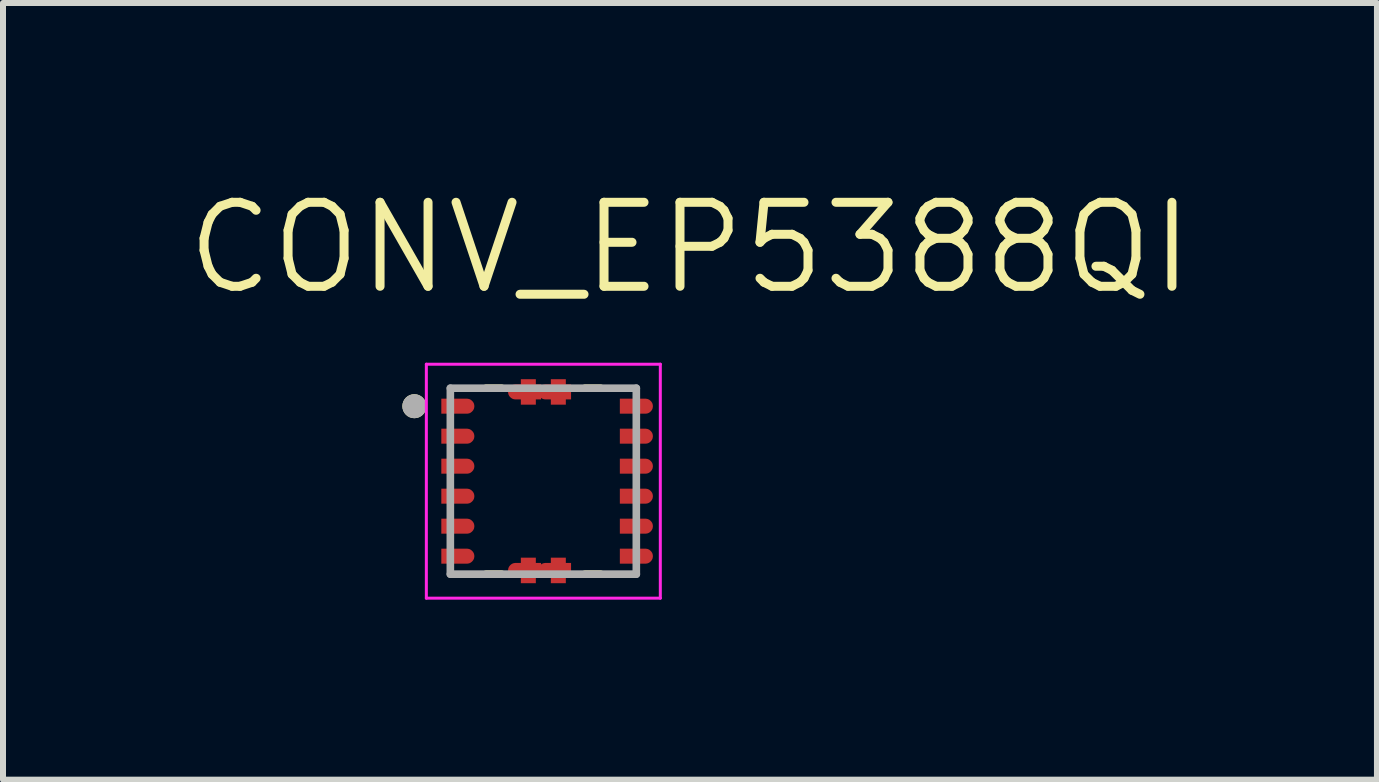
<source format=kicad_pcb>
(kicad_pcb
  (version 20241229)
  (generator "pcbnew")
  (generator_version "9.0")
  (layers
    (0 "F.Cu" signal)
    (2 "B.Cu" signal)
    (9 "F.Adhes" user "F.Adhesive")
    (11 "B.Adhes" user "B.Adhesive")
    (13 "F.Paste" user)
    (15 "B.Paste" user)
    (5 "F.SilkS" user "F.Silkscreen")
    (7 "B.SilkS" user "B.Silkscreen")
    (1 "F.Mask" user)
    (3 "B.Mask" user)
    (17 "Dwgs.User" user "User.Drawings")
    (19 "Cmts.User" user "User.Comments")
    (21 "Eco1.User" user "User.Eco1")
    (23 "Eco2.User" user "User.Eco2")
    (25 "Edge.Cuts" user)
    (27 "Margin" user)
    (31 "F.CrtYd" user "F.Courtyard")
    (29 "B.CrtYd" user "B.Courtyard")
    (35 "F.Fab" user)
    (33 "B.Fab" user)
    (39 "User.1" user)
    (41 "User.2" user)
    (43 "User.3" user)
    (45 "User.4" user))
  (footprint "CONV_EP5388QI"
    (layer "F.Cu")
    (at 6.007 4.971)
    (property "Reference" "CONV_EP5388QI" (at 2.445 -3.889 0) (layer "F.SilkS") (effects (font (size 1.4 1.4) (thickness 0.15))))
    (attr smd)
    (fp_poly (pts (xy -1.8 -1.475) (xy -1.8 -1.025) (xy -1.275 -1.025) (xy -1.263 -1.025) (xy -1.251 -1.026) (xy -1.24 -1.028) (xy -1.228 -1.03) (xy -1.217 -1.033) (xy -1.205 -1.036) (xy -1.194 -1.04) (xy -1.183 -1.044) (xy -1.173 -1.05) (xy -1.163 -1.055) (xy -1.152 -1.061) (xy -1.143 -1.068) (xy -1.133 -1.075) (xy -1.124 -1.083) (xy -1.116 -1.091) (xy -1.108 -1.099) (xy -1.1 -1.108) (xy -1.093 -1.118) (xy -1.086 -1.127) (xy -1.08 -1.137) (xy -1.075 -1.148) (xy -1.069 -1.158) (xy -1.065 -1.169) (xy -1.061 -1.18) (xy -1.058 -1.192) (xy -1.055 -1.203) (xy -1.053 -1.215) (xy -1.051 -1.226) (xy -1.05 -1.238) (xy -1.05 -1.25) (xy -1.05 -1.262) (xy -1.051 -1.274) (xy -1.053 -1.285) (xy -1.055 -1.297) (xy -1.058 -1.308) (xy -1.061 -1.32) (xy -1.065 -1.331) (xy -1.069 -1.342) (xy -1.075 -1.352) (xy -1.08 -1.363) (xy -1.086 -1.373) (xy -1.093 -1.382) (xy -1.1 -1.392) (xy -1.108 -1.401) (xy -1.116 -1.409) (xy -1.124 -1.417) (xy -1.133 -1.425) (xy -1.143 -1.432) (xy -1.152 -1.439) (xy -1.163 -1.445) (xy -1.173 -1.45) (xy -1.183 -1.456) (xy -1.194 -1.46) (xy -1.205 -1.464) (xy -1.217 -1.467) (xy -1.228 -1.47) (xy -1.24 -1.472) (xy -1.251 -1.474) (xy -1.263 -1.475) (xy -1.275 -1.475) (xy -1.8 -1.475)) (stroke (width 0.0001) (type solid)) (fill yes) (layer "F.Mask"))
    (fp_poly (pts (xy -1.8 -0.975) (xy -1.8 -0.525) (xy -1.275 -0.525) (xy -1.263 -0.525) (xy -1.251 -0.526) (xy -1.24 -0.528) (xy -1.228 -0.53) (xy -1.217 -0.533) (xy -1.205 -0.536) (xy -1.194 -0.54) (xy -1.183 -0.544) (xy -1.173 -0.55) (xy -1.163 -0.555) (xy -1.152 -0.561) (xy -1.143 -0.568) (xy -1.133 -0.575) (xy -1.124 -0.583) (xy -1.116 -0.591) (xy -1.108 -0.599) (xy -1.1 -0.608) (xy -1.093 -0.618) (xy -1.086 -0.627) (xy -1.08 -0.637) (xy -1.075 -0.648) (xy -1.069 -0.658) (xy -1.065 -0.669) (xy -1.061 -0.68) (xy -1.058 -0.692) (xy -1.055 -0.703) (xy -1.053 -0.715) (xy -1.051 -0.726) (xy -1.05 -0.738) (xy -1.05 -0.75) (xy -1.05 -0.762) (xy -1.051 -0.774) (xy -1.053 -0.785) (xy -1.055 -0.797) (xy -1.058 -0.808) (xy -1.061 -0.82) (xy -1.065 -0.831) (xy -1.069 -0.842) (xy -1.075 -0.852) (xy -1.08 -0.863) (xy -1.086 -0.873) (xy -1.093 -0.882) (xy -1.1 -0.892) (xy -1.108 -0.901) (xy -1.116 -0.909) (xy -1.124 -0.917) (xy -1.133 -0.925) (xy -1.143 -0.932) (xy -1.152 -0.939) (xy -1.163 -0.945) (xy -1.173 -0.95) (xy -1.183 -0.956) (xy -1.194 -0.96) (xy -1.205 -0.964) (xy -1.217 -0.967) (xy -1.228 -0.97) (xy -1.24 -0.972) (xy -1.251 -0.974) (xy -1.263 -0.975) (xy -1.275 -0.975) (xy -1.8 -0.975)) (stroke (width 0.0001) (type solid)) (fill yes) (layer "F.Mask"))
    (fp_poly (pts (xy -1.8 -0.475) (xy -1.8 -0.025) (xy -1.275 -0.025) (xy -1.263 -0.025) (xy -1.251 -0.026) (xy -1.24 -0.028) (xy -1.228 -0.03) (xy -1.217 -0.033) (xy -1.205 -0.036) (xy -1.194 -0.04) (xy -1.183 -0.044) (xy -1.173 -0.05) (xy -1.163 -0.055) (xy -1.152 -0.061) (xy -1.143 -0.068) (xy -1.133 -0.075) (xy -1.124 -0.083) (xy -1.116 -0.091) (xy -1.108 -0.099) (xy -1.1 -0.108) (xy -1.093 -0.118) (xy -1.086 -0.127) (xy -1.08 -0.137) (xy -1.075 -0.148) (xy -1.069 -0.158) (xy -1.065 -0.169) (xy -1.061 -0.18) (xy -1.058 -0.192) (xy -1.055 -0.203) (xy -1.053 -0.215) (xy -1.051 -0.226) (xy -1.05 -0.238) (xy -1.05 -0.25) (xy -1.05 -0.262) (xy -1.051 -0.274) (xy -1.053 -0.285) (xy -1.055 -0.297) (xy -1.058 -0.308) (xy -1.061 -0.32) (xy -1.065 -0.331) (xy -1.069 -0.342) (xy -1.075 -0.352) (xy -1.08 -0.362) (xy -1.086 -0.373) (xy -1.093 -0.382) (xy -1.1 -0.392) (xy -1.108 -0.401) (xy -1.116 -0.409) (xy -1.124 -0.417) (xy -1.133 -0.425) (xy -1.143 -0.432) (xy -1.152 -0.439) (xy -1.163 -0.445) (xy -1.173 -0.45) (xy -1.183 -0.456) (xy -1.194 -0.46) (xy -1.205 -0.464) (xy -1.217 -0.467) (xy -1.228 -0.47) (xy -1.24 -0.472) (xy -1.251 -0.474) (xy -1.263 -0.475) (xy -1.275 -0.475) (xy -1.8 -0.475)) (stroke (width 0.0001) (type solid)) (fill yes) (layer "F.Mask"))
    (fp_poly (pts (xy -1.8 0.025) (xy -1.8 0.475) (xy -1.275 0.475) (xy -1.263 0.475) (xy -1.251 0.474) (xy -1.24 0.472) (xy -1.228 0.47) (xy -1.217 0.467) (xy -1.205 0.464) (xy -1.194 0.46) (xy -1.183 0.456) (xy -1.173 0.45) (xy -1.163 0.445) (xy -1.152 0.439) (xy -1.143 0.432) (xy -1.133 0.425) (xy -1.124 0.417) (xy -1.116 0.409) (xy -1.108 0.401) (xy -1.1 0.392) (xy -1.093 0.382) (xy -1.086 0.373) (xy -1.08 0.362) (xy -1.075 0.352) (xy -1.069 0.342) (xy -1.065 0.331) (xy -1.061 0.32) (xy -1.058 0.308) (xy -1.055 0.297) (xy -1.053 0.285) (xy -1.051 0.274) (xy -1.05 0.262) (xy -1.05 0.25) (xy -1.05 0.238) (xy -1.051 0.226) (xy -1.053 0.215) (xy -1.055 0.203) (xy -1.058 0.192) (xy -1.061 0.18) (xy -1.065 0.169) (xy -1.069 0.158) (xy -1.075 0.148) (xy -1.08 0.137) (xy -1.086 0.127) (xy -1.093 0.118) (xy -1.1 0.108) (xy -1.108 0.099) (xy -1.116 0.091) (xy -1.124 0.083) (xy -1.133 0.075) (xy -1.143 0.068) (xy -1.152 0.061) (xy -1.163 0.055) (xy -1.173 0.05) (xy -1.183 0.044) (xy -1.194 0.04) (xy -1.205 0.036) (xy -1.217 0.033) (xy -1.228 0.03) (xy -1.24 0.028) (xy -1.251 0.026) (xy -1.263 0.025) (xy -1.275 0.025) (xy -1.8 0.025)) (stroke (width 0.0001) (type solid)) (fill yes) (layer "F.Mask"))
    (fp_poly (pts (xy -1.8 0.525) (xy -1.8 0.975) (xy -1.275 0.975) (xy -1.263 0.975) (xy -1.251 0.974) (xy -1.24 0.972) (xy -1.228 0.97) (xy -1.217 0.967) (xy -1.205 0.964) (xy -1.194 0.96) (xy -1.183 0.956) (xy -1.173 0.95) (xy -1.163 0.945) (xy -1.152 0.939) (xy -1.143 0.932) (xy -1.133 0.925) (xy -1.124 0.917) (xy -1.116 0.909) (xy -1.108 0.901) (xy -1.1 0.892) (xy -1.093 0.882) (xy -1.086 0.873) (xy -1.08 0.863) (xy -1.075 0.852) (xy -1.069 0.842) (xy -1.065 0.831) (xy -1.061 0.82) (xy -1.058 0.808) (xy -1.055 0.797) (xy -1.053 0.785) (xy -1.051 0.774) (xy -1.05 0.762) (xy -1.05 0.75) (xy -1.05 0.738) (xy -1.051 0.726) (xy -1.053 0.715) (xy -1.055 0.703) (xy -1.058 0.692) (xy -1.061 0.68) (xy -1.065 0.669) (xy -1.069 0.658) (xy -1.075 0.648) (xy -1.08 0.637) (xy -1.086 0.627) (xy -1.093 0.618) (xy -1.1 0.608) (xy -1.108 0.599) (xy -1.116 0.591) (xy -1.124 0.583) (xy -1.133 0.575) (xy -1.143 0.568) (xy -1.152 0.561) (xy -1.163 0.555) (xy -1.173 0.55) (xy -1.183 0.544) (xy -1.194 0.54) (xy -1.205 0.536) (xy -1.217 0.533) (xy -1.228 0.53) (xy -1.24 0.528) (xy -1.251 0.526) (xy -1.263 0.525) (xy -1.275 0.525) (xy -1.8 0.525)) (stroke (width 0.0001) (type solid)) (fill yes) (layer "F.Mask"))
    (fp_poly (pts (xy -1.8 1.025) (xy -1.8 1.475) (xy -1.275 1.475) (xy -1.263 1.475) (xy -1.251 1.474) (xy -1.24 1.472) (xy -1.228 1.47) (xy -1.217 1.467) (xy -1.205 1.464) (xy -1.194 1.46) (xy -1.183 1.456) (xy -1.173 1.45) (xy -1.163 1.445) (xy -1.152 1.439) (xy -1.143 1.432) (xy -1.133 1.425) (xy -1.124 1.417) (xy -1.116 1.409) (xy -1.108 1.401) (xy -1.1 1.392) (xy -1.093 1.382) (xy -1.086 1.373) (xy -1.08 1.363) (xy -1.075 1.352) (xy -1.069 1.342) (xy -1.065 1.331) (xy -1.061 1.32) (xy -1.058 1.308) (xy -1.055 1.297) (xy -1.053 1.285) (xy -1.051 1.274) (xy -1.05 1.262) (xy -1.05 1.25) (xy -1.05 1.238) (xy -1.051 1.226) (xy -1.053 1.215) (xy -1.055 1.203) (xy -1.058 1.192) (xy -1.061 1.18) (xy -1.065 1.169) (xy -1.069 1.158) (xy -1.075 1.148) (xy -1.08 1.137) (xy -1.086 1.127) (xy -1.093 1.118) (xy -1.1 1.108) (xy -1.108 1.099) (xy -1.116 1.091) (xy -1.124 1.083) (xy -1.133 1.075) (xy -1.143 1.068) (xy -1.152 1.061) (xy -1.163 1.055) (xy -1.173 1.05) (xy -1.183 1.044) (xy -1.194 1.04) (xy -1.205 1.036) (xy -1.217 1.033) (xy -1.228 1.03) (xy -1.24 1.028) (xy -1.251 1.026) (xy -1.263 1.025) (xy -1.275 1.025) (xy -1.8 1.025)) (stroke (width 0.0001) (type solid)) (fill yes) (layer "F.Mask"))
    (fp_poly (pts (xy -0.475 1.8) (xy -0.025 1.8) (xy -0.025 1.275) (xy -0.025 1.263) (xy -0.026 1.251) (xy -0.028 1.24) (xy -0.03 1.228) (xy -0.033 1.217) (xy -0.036 1.205) (xy -0.04 1.194) (xy -0.044 1.183) (xy -0.05 1.173) (xy -0.055 1.163) (xy -0.061 1.152) (xy -0.068 1.143) (xy -0.075 1.133) (xy -0.083 1.124) (xy -0.091 1.116) (xy -0.099 1.108) (xy -0.108 1.1) (xy -0.118 1.093) (xy -0.127 1.086) (xy -0.137 1.08) (xy -0.148 1.075) (xy -0.158 1.069) (xy -0.169 1.065) (xy -0.18 1.061) (xy -0.192 1.058) (xy -0.203 1.055) (xy -0.215 1.053) (xy -0.226 1.051) (xy -0.238 1.05) (xy -0.25 1.05) (xy -0.262 1.05) (xy -0.274 1.051) (xy -0.285 1.053) (xy -0.297 1.055) (xy -0.308 1.058) (xy -0.32 1.061) (xy -0.331 1.065) (xy -0.342 1.069) (xy -0.352 1.075) (xy -0.362 1.08) (xy -0.373 1.086) (xy -0.382 1.093) (xy -0.392 1.1) (xy -0.401 1.108) (xy -0.409 1.116) (xy -0.417 1.124) (xy -0.425 1.133) (xy -0.432 1.143) (xy -0.439 1.152) (xy -0.445 1.163) (xy -0.45 1.173) (xy -0.456 1.183) (xy -0.46 1.194) (xy -0.464 1.205) (xy -0.467 1.217) (xy -0.47 1.228) (xy -0.472 1.24) (xy -0.474 1.251) (xy -0.475 1.263) (xy -0.475 1.275) (xy -0.475 1.8)) (stroke (width 0.0001) (type solid)) (fill yes) (layer "F.Mask"))
    (fp_poly (pts (xy -0.025 -1.8) (xy -0.475 -1.8) (xy -0.475 -1.275) (xy -0.475 -1.263) (xy -0.474 -1.251) (xy -0.472 -1.24) (xy -0.47 -1.228) (xy -0.467 -1.217) (xy -0.464 -1.205) (xy -0.46 -1.194) (xy -0.456 -1.183) (xy -0.45 -1.173) (xy -0.445 -1.163) (xy -0.439 -1.152) (xy -0.432 -1.143) (xy -0.425 -1.133) (xy -0.417 -1.124) (xy -0.409 -1.116) (xy -0.401 -1.108) (xy -0.392 -1.1) (xy -0.382 -1.093) (xy -0.373 -1.086) (xy -0.362 -1.08) (xy -0.352 -1.075) (xy -0.342 -1.069) (xy -0.331 -1.065) (xy -0.32 -1.061) (xy -0.308 -1.058) (xy -0.297 -1.055) (xy -0.285 -1.053) (xy -0.274 -1.051) (xy -0.262 -1.05) (xy -0.25 -1.05) (xy -0.238 -1.05) (xy -0.226 -1.051) (xy -0.215 -1.053) (xy -0.203 -1.055) (xy -0.192 -1.058) (xy -0.18 -1.061) (xy -0.169 -1.065) (xy -0.158 -1.069) (xy -0.148 -1.075) (xy -0.137 -1.08) (xy -0.127 -1.086) (xy -0.118 -1.093) (xy -0.108 -1.1) (xy -0.099 -1.108) (xy -0.091 -1.116) (xy -0.083 -1.124) (xy -0.075 -1.133) (xy -0.068 -1.143) (xy -0.061 -1.152) (xy -0.055 -1.163) (xy -0.05 -1.173) (xy -0.044 -1.183) (xy -0.04 -1.194) (xy -0.036 -1.205) (xy -0.033 -1.217) (xy -0.03 -1.228) (xy -0.028 -1.24) (xy -0.026 -1.251) (xy -0.025 -1.263) (xy -0.025 -1.275) (xy -0.025 -1.8)) (stroke (width 0.0001) (type solid)) (fill yes) (layer "F.Mask"))
    (fp_poly (pts (xy 0.025 1.8) (xy 0.475 1.8) (xy 0.475 1.275) (xy 0.475 1.263) (xy 0.474 1.251) (xy 0.472 1.24) (xy 0.47 1.228) (xy 0.467 1.217) (xy 0.464 1.205) (xy 0.46 1.194) (xy 0.456 1.183) (xy 0.45 1.173) (xy 0.445 1.163) (xy 0.439 1.152) (xy 0.432 1.143) (xy 0.425 1.133) (xy 0.417 1.124) (xy 0.409 1.116) (xy 0.401 1.108) (xy 0.392 1.1) (xy 0.382 1.093) (xy 0.373 1.086) (xy 0.363 1.08) (xy 0.352 1.075) (xy 0.342 1.069) (xy 0.331 1.065) (xy 0.32 1.061) (xy 0.308 1.058) (xy 0.297 1.055) (xy 0.285 1.053) (xy 0.274 1.051) (xy 0.262 1.05) (xy 0.25 1.05) (xy 0.238 1.05) (xy 0.226 1.051) (xy 0.215 1.053) (xy 0.203 1.055) (xy 0.192 1.058) (xy 0.18 1.061) (xy 0.169 1.065) (xy 0.158 1.069) (xy 0.148 1.075) (xy 0.138 1.08) (xy 0.127 1.086) (xy 0.118 1.093) (xy 0.108 1.1) (xy 0.099 1.108) (xy 0.091 1.116) (xy 0.083 1.124) (xy 0.075 1.133) (xy 0.068 1.143) (xy 0.061 1.152) (xy 0.055 1.163) (xy 0.05 1.173) (xy 0.044 1.183) (xy 0.04 1.194) (xy 0.036 1.205) (xy 0.033 1.217) (xy 0.03 1.228) (xy 0.028 1.24) (xy 0.026 1.251) (xy 0.025 1.263) (xy 0.025 1.275) (xy 0.025 1.8)) (stroke (width 0.0001) (type solid)) (fill yes) (layer "F.Mask"))
    (fp_poly (pts (xy 0.475 -1.8) (xy 0.025 -1.8) (xy 0.025 -1.275) (xy 0.025 -1.263) (xy 0.026 -1.251) (xy 0.028 -1.24) (xy 0.03 -1.228) (xy 0.033 -1.217) (xy 0.036 -1.205) (xy 0.04 -1.194) (xy 0.044 -1.183) (xy 0.05 -1.173) (xy 0.055 -1.163) (xy 0.061 -1.152) (xy 0.068 -1.143) (xy 0.075 -1.133) (xy 0.083 -1.124) (xy 0.091 -1.116) (xy 0.099 -1.108) (xy 0.108 -1.1) (xy 0.118 -1.093) (xy 0.127 -1.086) (xy 0.138 -1.08) (xy 0.148 -1.075) (xy 0.158 -1.069) (xy 0.169 -1.065) (xy 0.18 -1.061) (xy 0.192 -1.058) (xy 0.203 -1.055) (xy 0.215 -1.053) (xy 0.226 -1.051) (xy 0.238 -1.05) (xy 0.25 -1.05) (xy 0.262 -1.05) (xy 0.274 -1.051) (xy 0.285 -1.053) (xy 0.297 -1.055) (xy 0.308 -1.058) (xy 0.32 -1.061) (xy 0.331 -1.065) (xy 0.342 -1.069) (xy 0.352 -1.075) (xy 0.363 -1.08) (xy 0.373 -1.086) (xy 0.382 -1.093) (xy 0.392 -1.1) (xy 0.401 -1.108) (xy 0.409 -1.116) (xy 0.417 -1.124) (xy 0.425 -1.133) (xy 0.432 -1.143) (xy 0.439 -1.152) (xy 0.445 -1.163) (xy 0.45 -1.173) (xy 0.456 -1.183) (xy 0.46 -1.194) (xy 0.464 -1.205) (xy 0.467 -1.217) (xy 0.47 -1.228) (xy 0.472 -1.24) (xy 0.474 -1.251) (xy 0.475 -1.263) (xy 0.475 -1.275) (xy 0.475 -1.8)) (stroke (width 0.0001) (type solid)) (fill yes) (layer "F.Mask"))
    (fp_poly (pts (xy 1.8 -1.025) (xy 1.8 -1.475) (xy 1.275 -1.475) (xy 1.263 -1.475) (xy 1.251 -1.474) (xy 1.24 -1.472) (xy 1.228 -1.47) (xy 1.217 -1.467) (xy 1.205 -1.464) (xy 1.194 -1.46) (xy 1.183 -1.456) (xy 1.173 -1.45) (xy 1.163 -1.445) (xy 1.152 -1.439) (xy 1.143 -1.432) (xy 1.133 -1.425) (xy 1.124 -1.417) (xy 1.116 -1.409) (xy 1.108 -1.401) (xy 1.1 -1.392) (xy 1.093 -1.382) (xy 1.086 -1.373) (xy 1.08 -1.363) (xy 1.075 -1.352) (xy 1.069 -1.342) (xy 1.065 -1.331) (xy 1.061 -1.32) (xy 1.058 -1.308) (xy 1.055 -1.297) (xy 1.053 -1.285) (xy 1.051 -1.274) (xy 1.05 -1.262) (xy 1.05 -1.25) (xy 1.05 -1.238) (xy 1.051 -1.226) (xy 1.053 -1.215) (xy 1.055 -1.203) (xy 1.058 -1.192) (xy 1.061 -1.18) (xy 1.065 -1.169) (xy 1.069 -1.158) (xy 1.075 -1.148) (xy 1.08 -1.137) (xy 1.086 -1.127) (xy 1.093 -1.118) (xy 1.1 -1.108) (xy 1.108 -1.099) (xy 1.116 -1.091) (xy 1.124 -1.083) (xy 1.133 -1.075) (xy 1.143 -1.068) (xy 1.152 -1.061) (xy 1.163 -1.055) (xy 1.173 -1.05) (xy 1.183 -1.044) (xy 1.194 -1.04) (xy 1.205 -1.036) (xy 1.217 -1.033) (xy 1.228 -1.03) (xy 1.24 -1.028) (xy 1.251 -1.026) (xy 1.263 -1.025) (xy 1.275 -1.025) (xy 1.8 -1.025)) (stroke (width 0.0001) (type solid)) (fill yes) (layer "F.Mask"))
    (fp_poly (pts (xy 1.8 -0.525) (xy 1.8 -0.975) (xy 1.275 -0.975) (xy 1.263 -0.975) (xy 1.251 -0.974) (xy 1.24 -0.972) (xy 1.228 -0.97) (xy 1.217 -0.967) (xy 1.205 -0.964) (xy 1.194 -0.96) (xy 1.183 -0.956) (xy 1.173 -0.95) (xy 1.163 -0.945) (xy 1.152 -0.939) (xy 1.143 -0.932) (xy 1.133 -0.925) (xy 1.124 -0.917) (xy 1.116 -0.909) (xy 1.108 -0.901) (xy 1.1 -0.892) (xy 1.093 -0.882) (xy 1.086 -0.873) (xy 1.08 -0.863) (xy 1.075 -0.852) (xy 1.069 -0.842) (xy 1.065 -0.831) (xy 1.061 -0.82) (xy 1.058 -0.808) (xy 1.055 -0.797) (xy 1.053 -0.785) (xy 1.051 -0.774) (xy 1.05 -0.762) (xy 1.05 -0.75) (xy 1.05 -0.738) (xy 1.051 -0.726) (xy 1.053 -0.715) (xy 1.055 -0.703) (xy 1.058 -0.692) (xy 1.061 -0.68) (xy 1.065 -0.669) (xy 1.069 -0.658) (xy 1.075 -0.648) (xy 1.08 -0.637) (xy 1.086 -0.627) (xy 1.093 -0.618) (xy 1.1 -0.608) (xy 1.108 -0.599) (xy 1.116 -0.591) (xy 1.124 -0.583) (xy 1.133 -0.575) (xy 1.143 -0.568) (xy 1.152 -0.561) (xy 1.163 -0.555) (xy 1.173 -0.55) (xy 1.183 -0.544) (xy 1.194 -0.54) (xy 1.205 -0.536) (xy 1.217 -0.533) (xy 1.228 -0.53) (xy 1.24 -0.528) (xy 1.251 -0.526) (xy 1.263 -0.525) (xy 1.275 -0.525) (xy 1.8 -0.525)) (stroke (width 0.0001) (type solid)) (fill yes) (layer "F.Mask"))
    (fp_poly (pts (xy 1.8 -0.025) (xy 1.8 -0.475) (xy 1.275 -0.475) (xy 1.263 -0.475) (xy 1.251 -0.474) (xy 1.24 -0.472) (xy 1.228 -0.47) (xy 1.217 -0.467) (xy 1.205 -0.464) (xy 1.194 -0.46) (xy 1.183 -0.456) (xy 1.173 -0.45) (xy 1.163 -0.445) (xy 1.152 -0.439) (xy 1.143 -0.432) (xy 1.133 -0.425) (xy 1.124 -0.417) (xy 1.116 -0.409) (xy 1.108 -0.401) (xy 1.1 -0.392) (xy 1.093 -0.382) (xy 1.086 -0.373) (xy 1.08 -0.362) (xy 1.075 -0.352) (xy 1.069 -0.342) (xy 1.065 -0.331) (xy 1.061 -0.32) (xy 1.058 -0.308) (xy 1.055 -0.297) (xy 1.053 -0.285) (xy 1.051 -0.274) (xy 1.05 -0.262) (xy 1.05 -0.25) (xy 1.05 -0.238) (xy 1.051 -0.226) (xy 1.053 -0.215) (xy 1.055 -0.203) (xy 1.058 -0.192) (xy 1.061 -0.18) (xy 1.065 -0.169) (xy 1.069 -0.158) (xy 1.075 -0.148) (xy 1.08 -0.137) (xy 1.086 -0.127) (xy 1.093 -0.118) (xy 1.1 -0.108) (xy 1.108 -0.099) (xy 1.116 -0.091) (xy 1.124 -0.083) (xy 1.133 -0.075) (xy 1.143 -0.068) (xy 1.152 -0.061) (xy 1.163 -0.055) (xy 1.173 -0.05) (xy 1.183 -0.044) (xy 1.194 -0.04) (xy 1.205 -0.036) (xy 1.217 -0.033) (xy 1.228 -0.03) (xy 1.24 -0.028) (xy 1.251 -0.026) (xy 1.263 -0.025) (xy 1.275 -0.025) (xy 1.8 -0.025)) (stroke (width 0.0001) (type solid)) (fill yes) (layer "F.Mask"))
    (fp_poly (pts (xy 1.8 0.475) (xy 1.8 0.025) (xy 1.275 0.025) (xy 1.263 0.025) (xy 1.251 0.026) (xy 1.24 0.028) (xy 1.228 0.03) (xy 1.217 0.033) (xy 1.205 0.036) (xy 1.194 0.04) (xy 1.183 0.044) (xy 1.173 0.05) (xy 1.163 0.055) (xy 1.152 0.061) (xy 1.143 0.068) (xy 1.133 0.075) (xy 1.124 0.083) (xy 1.116 0.091) (xy 1.108 0.099) (xy 1.1 0.108) (xy 1.093 0.118) (xy 1.086 0.127) (xy 1.08 0.137) (xy 1.075 0.148) (xy 1.069 0.158) (xy 1.065 0.169) (xy 1.061 0.18) (xy 1.058 0.192) (xy 1.055 0.203) (xy 1.053 0.215) (xy 1.051 0.226) (xy 1.05 0.238) (xy 1.05 0.25) (xy 1.05 0.262) (xy 1.051 0.274) (xy 1.053 0.285) (xy 1.055 0.297) (xy 1.058 0.308) (xy 1.061 0.32) (xy 1.065 0.331) (xy 1.069 0.342) (xy 1.075 0.352) (xy 1.08 0.363) (xy 1.086 0.373) (xy 1.093 0.382) (xy 1.1 0.392) (xy 1.108 0.401) (xy 1.116 0.409) (xy 1.124 0.417) (xy 1.133 0.425) (xy 1.143 0.432) (xy 1.152 0.439) (xy 1.163 0.445) (xy 1.173 0.45) (xy 1.183 0.456) (xy 1.194 0.46) (xy 1.205 0.464) (xy 1.217 0.467) (xy 1.228 0.47) (xy 1.24 0.472) (xy 1.251 0.474) (xy 1.263 0.475) (xy 1.275 0.475) (xy 1.8 0.475)) (stroke (width 0.0001) (type solid)) (fill yes) (layer "F.Mask"))
    (fp_poly (pts (xy 1.8 0.975) (xy 1.8 0.525) (xy 1.275 0.525) (xy 1.263 0.525) (xy 1.251 0.526) (xy 1.24 0.528) (xy 1.228 0.53) (xy 1.217 0.533) (xy 1.205 0.536) (xy 1.194 0.54) (xy 1.183 0.544) (xy 1.173 0.55) (xy 1.163 0.555) (xy 1.152 0.561) (xy 1.143 0.568) (xy 1.133 0.575) (xy 1.124 0.583) (xy 1.116 0.591) (xy 1.108 0.599) (xy 1.1 0.608) (xy 1.093 0.618) (xy 1.086 0.627) (xy 1.08 0.637) (xy 1.075 0.648) (xy 1.069 0.658) (xy 1.065 0.669) (xy 1.061 0.68) (xy 1.058 0.692) (xy 1.055 0.703) (xy 1.053 0.715) (xy 1.051 0.726) (xy 1.05 0.738) (xy 1.05 0.75) (xy 1.05 0.762) (xy 1.051 0.774) (xy 1.053 0.785) (xy 1.055 0.797) (xy 1.058 0.808) (xy 1.061 0.82) (xy 1.065 0.831) (xy 1.069 0.842) (xy 1.075 0.852) (xy 1.08 0.863) (xy 1.086 0.873) (xy 1.093 0.882) (xy 1.1 0.892) (xy 1.108 0.901) (xy 1.116 0.909) (xy 1.124 0.917) (xy 1.133 0.925) (xy 1.143 0.932) (xy 1.152 0.939) (xy 1.163 0.945) (xy 1.173 0.95) (xy 1.183 0.956) (xy 1.194 0.96) (xy 1.205 0.964) (xy 1.217 0.967) (xy 1.228 0.97) (xy 1.24 0.972) (xy 1.251 0.974) (xy 1.263 0.975) (xy 1.275 0.975) (xy 1.8 0.975)) (stroke (width 0.0001) (type solid)) (fill yes) (layer "F.Mask"))
    (fp_poly (pts (xy 1.8 1.475) (xy 1.8 1.025) (xy 1.275 1.025) (xy 1.263 1.025) (xy 1.251 1.026) (xy 1.24 1.028) (xy 1.228 1.03) (xy 1.217 1.033) (xy 1.205 1.036) (xy 1.194 1.04) (xy 1.183 1.044) (xy 1.173 1.05) (xy 1.163 1.055) (xy 1.152 1.061) (xy 1.143 1.068) (xy 1.133 1.075) (xy 1.124 1.083) (xy 1.116 1.091) (xy 1.108 1.099) (xy 1.1 1.108) (xy 1.093 1.118) (xy 1.086 1.127) (xy 1.08 1.137) (xy 1.075 1.148) (xy 1.069 1.158) (xy 1.065 1.169) (xy 1.061 1.18) (xy 1.058 1.192) (xy 1.055 1.203) (xy 1.053 1.215) (xy 1.051 1.226) (xy 1.05 1.238) (xy 1.05 1.25) (xy 1.05 1.262) (xy 1.051 1.274) (xy 1.053 1.285) (xy 1.055 1.297) (xy 1.058 1.308) (xy 1.061 1.32) (xy 1.065 1.331) (xy 1.069 1.342) (xy 1.075 1.352) (xy 1.08 1.363) (xy 1.086 1.373) (xy 1.093 1.382) (xy 1.1 1.392) (xy 1.108 1.401) (xy 1.116 1.409) (xy 1.124 1.417) (xy 1.133 1.425) (xy 1.143 1.432) (xy 1.152 1.439) (xy 1.163 1.445) (xy 1.173 1.45) (xy 1.183 1.456) (xy 1.194 1.46) (xy 1.205 1.464) (xy 1.217 1.467) (xy 1.228 1.47) (xy 1.24 1.472) (xy 1.251 1.474) (xy 1.263 1.475) (xy 1.275 1.475) (xy 1.8 1.475)) (stroke (width 0.0001) (type solid)) (fill yes) (layer "F.Mask"))
    (fp_line (start -0.955 1.55) (end -0.695 1.55) (stroke (width 0.127) (type solid)) (layer "F.SilkS"))
    (fp_line (start -0.695 -1.55) (end -0.955 -1.55) (stroke (width 0.127) (type solid)) (layer "F.SilkS"))
    (fp_line (start 0.695 1.55) (end 0.955 1.55) (stroke (width 0.127) (type solid)) (layer "F.SilkS"))
    (fp_line (start 0.955 -1.55) (end 0.695 -1.55) (stroke (width 0.127) (type solid)) (layer "F.SilkS"))
    (fp_circle (center -2.15 -1.25) (end -2.05 -1.25) (stroke (width 0.2) (type solid)) (fill no) (layer "F.SilkS"))
    (fp_poly (pts (xy -1.7 -1.375) (xy -1.7 -1.125) (xy -1.275 -1.125) (xy -1.268 -1.125) (xy -1.262 -1.126) (xy -1.255 -1.127) (xy -1.249 -1.128) (xy -1.243 -1.129) (xy -1.236 -1.131) (xy -1.23 -1.133) (xy -1.224 -1.136) (xy -1.218 -1.139) (xy -1.212 -1.142) (xy -1.207 -1.145) (xy -1.202 -1.149) (xy -1.196 -1.153) (xy -1.191 -1.157) (xy -1.187 -1.162) (xy -1.182 -1.166) (xy -1.178 -1.171) (xy -1.174 -1.177) (xy -1.17 -1.182) (xy -1.167 -1.188) (xy -1.164 -1.193) (xy -1.161 -1.199) (xy -1.158 -1.205) (xy -1.156 -1.211) (xy -1.154 -1.218) (xy -1.153 -1.224) (xy -1.152 -1.23) (xy -1.151 -1.237) (xy -1.15 -1.243) (xy -1.15 -1.25) (xy -1.15 -1.257) (xy -1.151 -1.263) (xy -1.152 -1.27) (xy -1.153 -1.276) (xy -1.154 -1.282) (xy -1.156 -1.289) (xy -1.158 -1.295) (xy -1.161 -1.301) (xy -1.164 -1.307) (xy -1.167 -1.313) (xy -1.17 -1.318) (xy -1.174 -1.323) (xy -1.178 -1.329) (xy -1.182 -1.334) (xy -1.187 -1.338) (xy -1.191 -1.343) (xy -1.196 -1.347) (xy -1.202 -1.351) (xy -1.207 -1.355) (xy -1.212 -1.358) (xy -1.218 -1.361) (xy -1.224 -1.364) (xy -1.23 -1.367) (xy -1.236 -1.369) (xy -1.243 -1.371) (xy -1.249 -1.372) (xy -1.255 -1.373) (xy -1.262 -1.374) (xy -1.268 -1.375) (xy -1.275 -1.375) (xy -1.7 -1.375)) (stroke (width 0.0001) (type solid)) (fill yes) (layer "F.Paste"))
    (fp_poly (pts (xy -1.7 -0.875) (xy -1.7 -0.625) (xy -1.275 -0.625) (xy -1.268 -0.625) (xy -1.262 -0.626) (xy -1.255 -0.627) (xy -1.249 -0.628) (xy -1.243 -0.629) (xy -1.236 -0.631) (xy -1.23 -0.633) (xy -1.224 -0.636) (xy -1.218 -0.639) (xy -1.212 -0.642) (xy -1.207 -0.645) (xy -1.202 -0.649) (xy -1.196 -0.653) (xy -1.191 -0.657) (xy -1.187 -0.662) (xy -1.182 -0.666) (xy -1.178 -0.671) (xy -1.174 -0.677) (xy -1.17 -0.682) (xy -1.167 -0.688) (xy -1.164 -0.693) (xy -1.161 -0.699) (xy -1.158 -0.705) (xy -1.156 -0.711) (xy -1.154 -0.718) (xy -1.153 -0.724) (xy -1.152 -0.73) (xy -1.151 -0.737) (xy -1.15 -0.743) (xy -1.15 -0.75) (xy -1.15 -0.757) (xy -1.151 -0.763) (xy -1.152 -0.77) (xy -1.153 -0.776) (xy -1.154 -0.782) (xy -1.156 -0.789) (xy -1.158 -0.795) (xy -1.161 -0.801) (xy -1.164 -0.807) (xy -1.167 -0.813) (xy -1.17 -0.818) (xy -1.174 -0.823) (xy -1.178 -0.829) (xy -1.182 -0.834) (xy -1.187 -0.838) (xy -1.191 -0.843) (xy -1.196 -0.847) (xy -1.202 -0.851) (xy -1.207 -0.855) (xy -1.212 -0.858) (xy -1.218 -0.861) (xy -1.224 -0.864) (xy -1.23 -0.867) (xy -1.236 -0.869) (xy -1.243 -0.871) (xy -1.249 -0.872) (xy -1.255 -0.873) (xy -1.262 -0.874) (xy -1.268 -0.875) (xy -1.275 -0.875) (xy -1.7 -0.875)) (stroke (width 0.0001) (type solid)) (fill yes) (layer "F.Paste"))
    (fp_poly (pts (xy -1.7 -0.375) (xy -1.7 -0.125) (xy -1.275 -0.125) (xy -1.268 -0.125) (xy -1.262 -0.126) (xy -1.255 -0.127) (xy -1.249 -0.128) (xy -1.243 -0.129) (xy -1.236 -0.131) (xy -1.23 -0.133) (xy -1.224 -0.136) (xy -1.218 -0.139) (xy -1.212 -0.142) (xy -1.207 -0.145) (xy -1.202 -0.149) (xy -1.196 -0.153) (xy -1.191 -0.157) (xy -1.187 -0.162) (xy -1.182 -0.166) (xy -1.178 -0.171) (xy -1.174 -0.177) (xy -1.17 -0.182) (xy -1.167 -0.188) (xy -1.164 -0.193) (xy -1.161 -0.199) (xy -1.158 -0.205) (xy -1.156 -0.211) (xy -1.154 -0.218) (xy -1.153 -0.224) (xy -1.152 -0.23) (xy -1.151 -0.237) (xy -1.15 -0.243) (xy -1.15 -0.25) (xy -1.15 -0.257) (xy -1.151 -0.263) (xy -1.152 -0.27) (xy -1.153 -0.276) (xy -1.154 -0.282) (xy -1.156 -0.289) (xy -1.158 -0.295) (xy -1.161 -0.301) (xy -1.164 -0.307) (xy -1.167 -0.313) (xy -1.17 -0.318) (xy -1.174 -0.323) (xy -1.178 -0.329) (xy -1.182 -0.334) (xy -1.187 -0.338) (xy -1.191 -0.343) (xy -1.196 -0.347) (xy -1.202 -0.351) (xy -1.207 -0.355) (xy -1.212 -0.358) (xy -1.218 -0.361) (xy -1.224 -0.364) (xy -1.23 -0.367) (xy -1.236 -0.369) (xy -1.243 -0.371) (xy -1.249 -0.372) (xy -1.255 -0.373) (xy -1.262 -0.374) (xy -1.268 -0.375) (xy -1.275 -0.375) (xy -1.7 -0.375)) (stroke (width 0.0001) (type solid)) (fill yes) (layer "F.Paste"))
    (fp_poly (pts (xy -1.7 0.125) (xy -1.7 0.375) (xy -1.275 0.375) (xy -1.268 0.375) (xy -1.262 0.374) (xy -1.255 0.373) (xy -1.249 0.372) (xy -1.243 0.371) (xy -1.236 0.369) (xy -1.23 0.367) (xy -1.224 0.364) (xy -1.218 0.361) (xy -1.212 0.358) (xy -1.207 0.355) (xy -1.202 0.351) (xy -1.196 0.347) (xy -1.191 0.343) (xy -1.187 0.338) (xy -1.182 0.334) (xy -1.178 0.329) (xy -1.174 0.323) (xy -1.17 0.318) (xy -1.167 0.313) (xy -1.164 0.307) (xy -1.161 0.301) (xy -1.158 0.295) (xy -1.156 0.289) (xy -1.154 0.282) (xy -1.153 0.276) (xy -1.152 0.27) (xy -1.151 0.263) (xy -1.15 0.257) (xy -1.15 0.25) (xy -1.15 0.243) (xy -1.151 0.237) (xy -1.152 0.23) (xy -1.153 0.224) (xy -1.154 0.218) (xy -1.156 0.211) (xy -1.158 0.205) (xy -1.161 0.199) (xy -1.164 0.193) (xy -1.167 0.188) (xy -1.17 0.182) (xy -1.174 0.177) (xy -1.178 0.171) (xy -1.182 0.166) (xy -1.187 0.162) (xy -1.191 0.157) (xy -1.196 0.153) (xy -1.202 0.149) (xy -1.207 0.145) (xy -1.212 0.142) (xy -1.218 0.139) (xy -1.224 0.136) (xy -1.23 0.133) (xy -1.236 0.131) (xy -1.243 0.129) (xy -1.249 0.128) (xy -1.255 0.127) (xy -1.262 0.126) (xy -1.268 0.125) (xy -1.275 0.125) (xy -1.7 0.125)) (stroke (width 0.0001) (type solid)) (fill yes) (layer "F.Paste"))
    (fp_poly (pts (xy -1.7 0.625) (xy -1.7 0.875) (xy -1.275 0.875) (xy -1.268 0.875) (xy -1.262 0.874) (xy -1.255 0.873) (xy -1.249 0.872) (xy -1.243 0.871) (xy -1.236 0.869) (xy -1.23 0.867) (xy -1.224 0.864) (xy -1.218 0.861) (xy -1.212 0.858) (xy -1.207 0.855) (xy -1.202 0.851) (xy -1.196 0.847) (xy -1.191 0.843) (xy -1.187 0.838) (xy -1.182 0.834) (xy -1.178 0.829) (xy -1.174 0.823) (xy -1.17 0.818) (xy -1.167 0.813) (xy -1.164 0.807) (xy -1.161 0.801) (xy -1.158 0.795) (xy -1.156 0.789) (xy -1.154 0.782) (xy -1.153 0.776) (xy -1.152 0.77) (xy -1.151 0.763) (xy -1.15 0.757) (xy -1.15 0.75) (xy -1.15 0.743) (xy -1.151 0.737) (xy -1.152 0.73) (xy -1.153 0.724) (xy -1.154 0.718) (xy -1.156 0.711) (xy -1.158 0.705) (xy -1.161 0.699) (xy -1.164 0.693) (xy -1.167 0.688) (xy -1.17 0.682) (xy -1.174 0.677) (xy -1.178 0.671) (xy -1.182 0.666) (xy -1.187 0.662) (xy -1.191 0.657) (xy -1.196 0.653) (xy -1.202 0.649) (xy -1.207 0.645) (xy -1.212 0.642) (xy -1.218 0.639) (xy -1.224 0.636) (xy -1.23 0.633) (xy -1.236 0.631) (xy -1.243 0.629) (xy -1.249 0.628) (xy -1.255 0.627) (xy -1.262 0.626) (xy -1.268 0.625) (xy -1.275 0.625) (xy -1.7 0.625)) (stroke (width 0.0001) (type solid)) (fill yes) (layer "F.Paste"))
    (fp_poly (pts (xy -1.7 1.125) (xy -1.7 1.375) (xy -1.275 1.375) (xy -1.268 1.375) (xy -1.262 1.374) (xy -1.255 1.373) (xy -1.249 1.372) (xy -1.243 1.371) (xy -1.236 1.369) (xy -1.23 1.367) (xy -1.224 1.364) (xy -1.218 1.361) (xy -1.212 1.358) (xy -1.207 1.355) (xy -1.202 1.351) (xy -1.196 1.347) (xy -1.191 1.343) (xy -1.187 1.338) (xy -1.182 1.334) (xy -1.178 1.329) (xy -1.174 1.323) (xy -1.17 1.318) (xy -1.167 1.313) (xy -1.164 1.307) (xy -1.161 1.301) (xy -1.158 1.295) (xy -1.156 1.289) (xy -1.154 1.282) (xy -1.153 1.276) (xy -1.152 1.27) (xy -1.151 1.263) (xy -1.15 1.257) (xy -1.15 1.25) (xy -1.15 1.243) (xy -1.151 1.237) (xy -1.152 1.23) (xy -1.153 1.224) (xy -1.154 1.218) (xy -1.156 1.211) (xy -1.158 1.205) (xy -1.161 1.199) (xy -1.164 1.193) (xy -1.167 1.188) (xy -1.17 1.182) (xy -1.174 1.177) (xy -1.178 1.171) (xy -1.182 1.166) (xy -1.187 1.162) (xy -1.191 1.157) (xy -1.196 1.153) (xy -1.202 1.149) (xy -1.207 1.145) (xy -1.212 1.142) (xy -1.218 1.139) (xy -1.224 1.136) (xy -1.23 1.133) (xy -1.236 1.131) (xy -1.243 1.129) (xy -1.249 1.128) (xy -1.255 1.127) (xy -1.262 1.126) (xy -1.268 1.125) (xy -1.275 1.125) (xy -1.7 1.125)) (stroke (width 0.0001) (type solid)) (fill yes) (layer "F.Paste"))
    (fp_poly (pts (xy -0.375 1.7) (xy -0.125 1.7) (xy -0.125 1.275) (xy -0.125 1.268) (xy -0.126 1.262) (xy -0.127 1.255) (xy -0.128 1.249) (xy -0.129 1.243) (xy -0.131 1.236) (xy -0.133 1.23) (xy -0.136 1.224) (xy -0.139 1.218) (xy -0.142 1.212) (xy -0.145 1.207) (xy -0.149 1.202) (xy -0.153 1.196) (xy -0.157 1.191) (xy -0.162 1.187) (xy -0.166 1.182) (xy -0.171 1.178) (xy -0.177 1.174) (xy -0.182 1.17) (xy -0.187 1.167) (xy -0.193 1.164) (xy -0.199 1.161) (xy -0.205 1.158) (xy -0.211 1.156) (xy -0.218 1.154) (xy -0.224 1.153) (xy -0.23 1.152) (xy -0.237 1.151) (xy -0.243 1.15) (xy -0.25 1.15) (xy -0.257 1.15) (xy -0.263 1.151) (xy -0.27 1.152) (xy -0.276 1.153) (xy -0.282 1.154) (xy -0.289 1.156) (xy -0.295 1.158) (xy -0.301 1.161) (xy -0.307 1.164) (xy -0.313 1.167) (xy -0.318 1.17) (xy -0.323 1.174) (xy -0.329 1.178) (xy -0.334 1.182) (xy -0.338 1.187) (xy -0.343 1.191) (xy -0.347 1.196) (xy -0.351 1.202) (xy -0.355 1.207) (xy -0.358 1.212) (xy -0.361 1.218) (xy -0.364 1.224) (xy -0.367 1.23) (xy -0.369 1.236) (xy -0.371 1.243) (xy -0.372 1.249) (xy -0.373 1.255) (xy -0.374 1.262) (xy -0.375 1.268) (xy -0.375 1.275) (xy -0.375 1.7)) (stroke (width 0.0001) (type solid)) (fill yes) (layer "F.Paste"))
    (fp_poly (pts (xy -0.125 -1.7) (xy -0.375 -1.7) (xy -0.375 -1.275) (xy -0.375 -1.268) (xy -0.374 -1.262) (xy -0.373 -1.255) (xy -0.372 -1.249) (xy -0.371 -1.243) (xy -0.369 -1.236) (xy -0.367 -1.23) (xy -0.364 -1.224) (xy -0.361 -1.218) (xy -0.358 -1.212) (xy -0.355 -1.207) (xy -0.351 -1.202) (xy -0.347 -1.196) (xy -0.343 -1.191) (xy -0.338 -1.187) (xy -0.334 -1.182) (xy -0.329 -1.178) (xy -0.323 -1.174) (xy -0.318 -1.17) (xy -0.313 -1.167) (xy -0.307 -1.164) (xy -0.301 -1.161) (xy -0.295 -1.158) (xy -0.289 -1.156) (xy -0.282 -1.154) (xy -0.276 -1.153) (xy -0.27 -1.152) (xy -0.263 -1.151) (xy -0.257 -1.15) (xy -0.25 -1.15) (xy -0.243 -1.15) (xy -0.237 -1.151) (xy -0.23 -1.152) (xy -0.224 -1.153) (xy -0.218 -1.154) (xy -0.211 -1.156) (xy -0.205 -1.158) (xy -0.199 -1.161) (xy -0.193 -1.164) (xy -0.187 -1.167) (xy -0.182 -1.17) (xy -0.177 -1.174) (xy -0.171 -1.178) (xy -0.166 -1.182) (xy -0.162 -1.187) (xy -0.157 -1.191) (xy -0.153 -1.196) (xy -0.149 -1.202) (xy -0.145 -1.207) (xy -0.142 -1.212) (xy -0.139 -1.218) (xy -0.136 -1.224) (xy -0.133 -1.23) (xy -0.131 -1.236) (xy -0.129 -1.243) (xy -0.128 -1.249) (xy -0.127 -1.255) (xy -0.126 -1.262) (xy -0.125 -1.268) (xy -0.125 -1.275) (xy -0.125 -1.7)) (stroke (width 0.0001) (type solid)) (fill yes) (layer "F.Paste"))
    (fp_poly (pts (xy 0.125 1.7) (xy 0.375 1.7) (xy 0.375 1.275) (xy 0.375 1.268) (xy 0.374 1.262) (xy 0.373 1.255) (xy 0.372 1.249) (xy 0.371 1.243) (xy 0.369 1.236) (xy 0.367 1.23) (xy 0.364 1.224) (xy 0.361 1.218) (xy 0.358 1.212) (xy 0.355 1.207) (xy 0.351 1.202) (xy 0.347 1.196) (xy 0.343 1.191) (xy 0.338 1.187) (xy 0.334 1.182) (xy 0.329 1.178) (xy 0.323 1.174) (xy 0.318 1.17) (xy 0.313 1.167) (xy 0.307 1.164) (xy 0.301 1.161) (xy 0.295 1.158) (xy 0.289 1.156) (xy 0.282 1.154) (xy 0.276 1.153) (xy 0.27 1.152) (xy 0.263 1.151) (xy 0.257 1.15) (xy 0.25 1.15) (xy 0.243 1.15) (xy 0.237 1.151) (xy 0.23 1.152) (xy 0.224 1.153) (xy 0.218 1.154) (xy 0.211 1.156) (xy 0.205 1.158) (xy 0.199 1.161) (xy 0.193 1.164) (xy 0.188 1.167) (xy 0.182 1.17) (xy 0.177 1.174) (xy 0.171 1.178) (xy 0.166 1.182) (xy 0.162 1.187) (xy 0.157 1.191) (xy 0.153 1.196) (xy 0.149 1.202) (xy 0.145 1.207) (xy 0.142 1.212) (xy 0.139 1.218) (xy 0.136 1.224) (xy 0.133 1.23) (xy 0.131 1.236) (xy 0.129 1.243) (xy 0.128 1.249) (xy 0.127 1.255) (xy 0.126 1.262) (xy 0.125 1.268) (xy 0.125 1.275) (xy 0.125 1.7)) (stroke (width 0.0001) (type solid)) (fill yes) (layer "F.Paste"))
    (fp_poly (pts (xy 0.375 -1.7) (xy 0.125 -1.7) (xy 0.125 -1.275) (xy 0.125 -1.268) (xy 0.126 -1.262) (xy 0.127 -1.255) (xy 0.128 -1.249) (xy 0.129 -1.243) (xy 0.131 -1.236) (xy 0.133 -1.23) (xy 0.136 -1.224) (xy 0.139 -1.218) (xy 0.142 -1.212) (xy 0.145 -1.207) (xy 0.149 -1.202) (xy 0.153 -1.196) (xy 0.157 -1.191) (xy 0.162 -1.187) (xy 0.166 -1.182) (xy 0.171 -1.178) (xy 0.177 -1.174) (xy 0.182 -1.17) (xy 0.187 -1.167) (xy 0.193 -1.164) (xy 0.199 -1.161) (xy 0.205 -1.158) (xy 0.211 -1.156) (xy 0.218 -1.154) (xy 0.224 -1.153) (xy 0.23 -1.152) (xy 0.237 -1.151) (xy 0.243 -1.15) (xy 0.25 -1.15) (xy 0.257 -1.15) (xy 0.263 -1.151) (xy 0.27 -1.152) (xy 0.276 -1.153) (xy 0.282 -1.154) (xy 0.289 -1.156) (xy 0.295 -1.158) (xy 0.301 -1.161) (xy 0.307 -1.164) (xy 0.313 -1.167) (xy 0.318 -1.17) (xy 0.323 -1.174) (xy 0.329 -1.178) (xy 0.334 -1.182) (xy 0.338 -1.187) (xy 0.343 -1.191) (xy 0.347 -1.196) (xy 0.351 -1.202) (xy 0.355 -1.207) (xy 0.358 -1.212) (xy 0.361 -1.218) (xy 0.364 -1.224) (xy 0.367 -1.23) (xy 0.369 -1.236) (xy 0.371 -1.243) (xy 0.372 -1.249) (xy 0.373 -1.255) (xy 0.374 -1.262) (xy 0.375 -1.268) (xy 0.375 -1.275) (xy 0.375 -1.7)) (stroke (width 0.0001) (type solid)) (fill yes) (layer "F.Paste"))
    (fp_poly (pts (xy 1.7 -1.125) (xy 1.7 -1.375) (xy 1.275 -1.375) (xy 1.268 -1.375) (xy 1.262 -1.374) (xy 1.255 -1.373) (xy 1.249 -1.372) (xy 1.243 -1.371) (xy 1.236 -1.369) (xy 1.23 -1.367) (xy 1.224 -1.364) (xy 1.218 -1.361) (xy 1.212 -1.358) (xy 1.207 -1.355) (xy 1.202 -1.351) (xy 1.196 -1.347) (xy 1.191 -1.343) (xy 1.187 -1.338) (xy 1.182 -1.334) (xy 1.178 -1.329) (xy 1.174 -1.323) (xy 1.17 -1.318) (xy 1.167 -1.313) (xy 1.164 -1.307) (xy 1.161 -1.301) (xy 1.158 -1.295) (xy 1.156 -1.289) (xy 1.154 -1.282) (xy 1.153 -1.276) (xy 1.152 -1.27) (xy 1.151 -1.263) (xy 1.15 -1.257) (xy 1.15 -1.25) (xy 1.15 -1.243) (xy 1.151 -1.237) (xy 1.152 -1.23) (xy 1.153 -1.224) (xy 1.154 -1.218) (xy 1.156 -1.211) (xy 1.158 -1.205) (xy 1.161 -1.199) (xy 1.164 -1.193) (xy 1.167 -1.188) (xy 1.17 -1.182) (xy 1.174 -1.177) (xy 1.178 -1.171) (xy 1.182 -1.166) (xy 1.187 -1.162) (xy 1.191 -1.157) (xy 1.196 -1.153) (xy 1.202 -1.149) (xy 1.207 -1.145) (xy 1.212 -1.142) (xy 1.218 -1.139) (xy 1.224 -1.136) (xy 1.23 -1.133) (xy 1.236 -1.131) (xy 1.243 -1.129) (xy 1.249 -1.128) (xy 1.255 -1.127) (xy 1.262 -1.126) (xy 1.268 -1.125) (xy 1.275 -1.125) (xy 1.7 -1.125)) (stroke (width 0.0001) (type solid)) (fill yes) (layer "F.Paste"))
    (fp_poly (pts (xy 1.7 -0.625) (xy 1.7 -0.875) (xy 1.275 -0.875) (xy 1.268 -0.875) (xy 1.262 -0.874) (xy 1.255 -0.873) (xy 1.249 -0.872) (xy 1.243 -0.871) (xy 1.236 -0.869) (xy 1.23 -0.867) (xy 1.224 -0.864) (xy 1.218 -0.861) (xy 1.212 -0.858) (xy 1.207 -0.855) (xy 1.202 -0.851) (xy 1.196 -0.847) (xy 1.191 -0.843) (xy 1.187 -0.838) (xy 1.182 -0.834) (xy 1.178 -0.829) (xy 1.174 -0.823) (xy 1.17 -0.818) (xy 1.167 -0.813) (xy 1.164 -0.807) (xy 1.161 -0.801) (xy 1.158 -0.795) (xy 1.156 -0.789) (xy 1.154 -0.782) (xy 1.153 -0.776) (xy 1.152 -0.77) (xy 1.151 -0.763) (xy 1.15 -0.757) (xy 1.15 -0.75) (xy 1.15 -0.743) (xy 1.151 -0.737) (xy 1.152 -0.73) (xy 1.153 -0.724) (xy 1.154 -0.718) (xy 1.156 -0.711) (xy 1.158 -0.705) (xy 1.161 -0.699) (xy 1.164 -0.693) (xy 1.167 -0.688) (xy 1.17 -0.682) (xy 1.174 -0.677) (xy 1.178 -0.671) (xy 1.182 -0.666) (xy 1.187 -0.662) (xy 1.191 -0.657) (xy 1.196 -0.653) (xy 1.202 -0.649) (xy 1.207 -0.645) (xy 1.212 -0.642) (xy 1.218 -0.639) (xy 1.224 -0.636) (xy 1.23 -0.633) (xy 1.236 -0.631) (xy 1.243 -0.629) (xy 1.249 -0.628) (xy 1.255 -0.627) (xy 1.262 -0.626) (xy 1.268 -0.625) (xy 1.275 -0.625) (xy 1.7 -0.625)) (stroke (width 0.0001) (type solid)) (fill yes) (layer "F.Paste"))
    (fp_poly (pts (xy 1.7 -0.125) (xy 1.7 -0.375) (xy 1.275 -0.375) (xy 1.268 -0.375) (xy 1.262 -0.374) (xy 1.255 -0.373) (xy 1.249 -0.372) (xy 1.243 -0.371) (xy 1.236 -0.369) (xy 1.23 -0.367) (xy 1.224 -0.364) (xy 1.218 -0.361) (xy 1.212 -0.358) (xy 1.207 -0.355) (xy 1.202 -0.351) (xy 1.196 -0.347) (xy 1.191 -0.343) (xy 1.187 -0.338) (xy 1.182 -0.334) (xy 1.178 -0.329) (xy 1.174 -0.323) (xy 1.17 -0.318) (xy 1.167 -0.313) (xy 1.164 -0.307) (xy 1.161 -0.301) (xy 1.158 -0.295) (xy 1.156 -0.289) (xy 1.154 -0.282) (xy 1.153 -0.276) (xy 1.152 -0.27) (xy 1.151 -0.263) (xy 1.15 -0.257) (xy 1.15 -0.25) (xy 1.15 -0.243) (xy 1.151 -0.237) (xy 1.152 -0.23) (xy 1.153 -0.224) (xy 1.154 -0.218) (xy 1.156 -0.211) (xy 1.158 -0.205) (xy 1.161 -0.199) (xy 1.164 -0.193) (xy 1.167 -0.187) (xy 1.17 -0.182) (xy 1.174 -0.177) (xy 1.178 -0.171) (xy 1.182 -0.166) (xy 1.187 -0.162) (xy 1.191 -0.157) (xy 1.196 -0.153) (xy 1.202 -0.149) (xy 1.207 -0.145) (xy 1.212 -0.142) (xy 1.218 -0.139) (xy 1.224 -0.136) (xy 1.23 -0.133) (xy 1.236 -0.131) (xy 1.243 -0.129) (xy 1.249 -0.128) (xy 1.255 -0.127) (xy 1.262 -0.126) (xy 1.268 -0.125) (xy 1.275 -0.125) (xy 1.7 -0.125)) (stroke (width 0.0001) (type solid)) (fill yes) (layer "F.Paste"))
    (fp_poly (pts (xy 1.7 0.375) (xy 1.7 0.125) (xy 1.275 0.125) (xy 1.268 0.125) (xy 1.262 0.126) (xy 1.255 0.127) (xy 1.249 0.128) (xy 1.243 0.129) (xy 1.236 0.131) (xy 1.23 0.133) (xy 1.224 0.136) (xy 1.218 0.139) (xy 1.212 0.142) (xy 1.207 0.145) (xy 1.202 0.149) (xy 1.196 0.153) (xy 1.191 0.157) (xy 1.187 0.162) (xy 1.182 0.166) (xy 1.178 0.171) (xy 1.174 0.177) (xy 1.17 0.182) (xy 1.167 0.188) (xy 1.164 0.193) (xy 1.161 0.199) (xy 1.158 0.205) (xy 1.156 0.211) (xy 1.154 0.218) (xy 1.153 0.224) (xy 1.152 0.23) (xy 1.151 0.237) (xy 1.15 0.243) (xy 1.15 0.25) (xy 1.15 0.257) (xy 1.151 0.263) (xy 1.152 0.27) (xy 1.153 0.276) (xy 1.154 0.282) (xy 1.156 0.289) (xy 1.158 0.295) (xy 1.161 0.301) (xy 1.164 0.307) (xy 1.167 0.313) (xy 1.17 0.318) (xy 1.174 0.323) (xy 1.178 0.329) (xy 1.182 0.334) (xy 1.187 0.338) (xy 1.191 0.343) (xy 1.196 0.347) (xy 1.202 0.351) (xy 1.207 0.355) (xy 1.212 0.358) (xy 1.218 0.361) (xy 1.224 0.364) (xy 1.23 0.367) (xy 1.236 0.369) (xy 1.243 0.371) (xy 1.249 0.372) (xy 1.255 0.373) (xy 1.262 0.374) (xy 1.268 0.375) (xy 1.275 0.375) (xy 1.7 0.375)) (stroke (width 0.0001) (type solid)) (fill yes) (layer "F.Paste"))
    (fp_poly (pts (xy 1.7 0.875) (xy 1.7 0.625) (xy 1.275 0.625) (xy 1.268 0.625) (xy 1.262 0.626) (xy 1.255 0.627) (xy 1.249 0.628) (xy 1.243 0.629) (xy 1.236 0.631) (xy 1.23 0.633) (xy 1.224 0.636) (xy 1.218 0.639) (xy 1.212 0.642) (xy 1.207 0.645) (xy 1.202 0.649) (xy 1.196 0.653) (xy 1.191 0.657) (xy 1.187 0.662) (xy 1.182 0.666) (xy 1.178 0.671) (xy 1.174 0.677) (xy 1.17 0.682) (xy 1.167 0.688) (xy 1.164 0.693) (xy 1.161 0.699) (xy 1.158 0.705) (xy 1.156 0.711) (xy 1.154 0.718) (xy 1.153 0.724) (xy 1.152 0.73) (xy 1.151 0.737) (xy 1.15 0.743) (xy 1.15 0.75) (xy 1.15 0.757) (xy 1.151 0.763) (xy 1.152 0.77) (xy 1.153 0.776) (xy 1.154 0.782) (xy 1.156 0.789) (xy 1.158 0.795) (xy 1.161 0.801) (xy 1.164 0.807) (xy 1.167 0.813) (xy 1.17 0.818) (xy 1.174 0.823) (xy 1.178 0.829) (xy 1.182 0.834) (xy 1.187 0.838) (xy 1.191 0.843) (xy 1.196 0.847) (xy 1.202 0.851) (xy 1.207 0.855) (xy 1.212 0.858) (xy 1.218 0.861) (xy 1.224 0.864) (xy 1.23 0.867) (xy 1.236 0.869) (xy 1.243 0.871) (xy 1.249 0.872) (xy 1.255 0.873) (xy 1.262 0.874) (xy 1.268 0.875) (xy 1.275 0.875) (xy 1.7 0.875)) (stroke (width 0.0001) (type solid)) (fill yes) (layer "F.Paste"))
    (fp_poly (pts (xy 1.7 1.375) (xy 1.7 1.125) (xy 1.275 1.125) (xy 1.268 1.125) (xy 1.262 1.126) (xy 1.255 1.127) (xy 1.249 1.128) (xy 1.243 1.129) (xy 1.236 1.131) (xy 1.23 1.133) (xy 1.224 1.136) (xy 1.218 1.139) (xy 1.212 1.142) (xy 1.207 1.145) (xy 1.202 1.149) (xy 1.196 1.153) (xy 1.191 1.157) (xy 1.187 1.162) (xy 1.182 1.166) (xy 1.178 1.171) (xy 1.174 1.177) (xy 1.17 1.182) (xy 1.167 1.188) (xy 1.164 1.193) (xy 1.161 1.199) (xy 1.158 1.205) (xy 1.156 1.211) (xy 1.154 1.218) (xy 1.153 1.224) (xy 1.152 1.23) (xy 1.151 1.237) (xy 1.15 1.243) (xy 1.15 1.25) (xy 1.15 1.257) (xy 1.151 1.263) (xy 1.152 1.27) (xy 1.153 1.276) (xy 1.154 1.282) (xy 1.156 1.289) (xy 1.158 1.295) (xy 1.161 1.301) (xy 1.164 1.307) (xy 1.167 1.313) (xy 1.17 1.318) (xy 1.174 1.323) (xy 1.178 1.329) (xy 1.182 1.334) (xy 1.187 1.338) (xy 1.191 1.343) (xy 1.196 1.347) (xy 1.202 1.351) (xy 1.207 1.355) (xy 1.212 1.358) (xy 1.218 1.361) (xy 1.224 1.364) (xy 1.23 1.367) (xy 1.236 1.369) (xy 1.243 1.371) (xy 1.249 1.372) (xy 1.255 1.373) (xy 1.262 1.374) (xy 1.268 1.375) (xy 1.275 1.375) (xy 1.7 1.375)) (stroke (width 0.0001) (type solid)) (fill yes) (layer "F.Paste"))
    (fp_line (start -1.95 -1.95) (end 1.95 -1.95) (stroke (width 0.05) (type solid)) (layer "F.CrtYd"))
    (fp_line (start -1.95 1.95) (end -1.95 -1.95) (stroke (width 0.05) (type solid)) (layer "F.CrtYd"))
    (fp_line (start 1.95 -1.95) (end 1.95 1.95) (stroke (width 0.05) (type solid)) (layer "F.CrtYd"))
    (fp_line (start 1.95 1.95) (end -1.95 1.95) (stroke (width 0.05) (type solid)) (layer "F.CrtYd"))
    (fp_line (start -1.55 -1.55) (end -1.55 1.55) (stroke (width 0.127) (type solid)) (layer "F.Fab"))
    (fp_line (start -1.55 1.55) (end 1.55 1.55) (stroke (width 0.127) (type solid)) (layer "F.Fab"))
    (fp_line (start 1.55 -1.55) (end -1.55 -1.55) (stroke (width 0.127) (type solid)) (layer "F.Fab"))
    (fp_line (start 1.55 1.55) (end 1.55 -1.55) (stroke (width 0.127) (type solid)) (layer "F.Fab"))
    (fp_circle (center -2.15 -1.25) (end -2.05 -1.25) (stroke (width 0.2) (type solid)) (fill no) (layer "F.Fab"))
    (pad "1" smd custom (at -1.488 -1.25) (size 0.425 0.25) (layers "F.Cu") (options (anchor rect)) (primitives (gr_poly (pts (xy -0.212 -0.125) (xy -0.212 0.125) (xy 0.212 0.125) (xy 0.22 0.125) (xy 0.226 0.124) (xy 0.233 0.123) (xy 0.238 0.122) (xy 0.244 0.121) (xy 0.252 0.119) (xy 0.258 0.117) (xy 0.264 0.114) (xy 0.27 0.111) (xy 0.276 0.108) (xy 0.281 0.105) (xy 0.285 0.101) (xy 0.291 0.097) (xy 0.296 0.093) (xy 0.3 0.088) (xy 0.305 0.084) (xy 0.309 0.079) (xy 0.314 0.073) (xy 0.318 0.068) (xy 0.321 0.062) (xy 0.324 0.057) (xy 0.327 0.051) (xy 0.33 0.045) (xy 0.332 0.039) (xy 0.334 0.032) (xy 0.335 0.026) (xy 0.336 0.02) (xy 0.337 0.013) (xy 0.338 0.007) (xy 0.338 0) (xy 0.338 -0.007) (xy 0.337 -0.013) (xy 0.336 -0.02) (xy 0.335 -0.026) (xy 0.334 -0.032) (xy 0.332 -0.039) (xy 0.33 -0.045) (xy 0.327 -0.051) (xy 0.324 -0.057) (xy 0.321 -0.063) (xy 0.318 -0.068) (xy 0.314 -0.073) (xy 0.309 -0.079) (xy 0.305 -0.084) (xy 0.3 -0.088) (xy 0.296 -0.093) (xy 0.291 -0.097) (xy 0.285 -0.101) (xy 0.281 -0.105) (xy 0.276 -0.108) (xy 0.27 -0.111) (xy 0.264 -0.114) (xy 0.258 -0.117) (xy 0.252 -0.119) (xy 0.244 -0.121) (xy 0.238 -0.122) (xy 0.233 -0.123) (xy 0.226 -0.124) (xy 0.22 -0.125) (xy 0.212 -0.125) (xy -0.212 -0.125)) (width 0.0001) (fill yes))))
    (pad "2" smd custom (at -1.488 -0.75) (size 0.425 0.25) (layers "F.Cu") (options (anchor rect)) (primitives (gr_poly (pts (xy -0.212 -0.125) (xy -0.212 0.125) (xy 0.212 0.125) (xy 0.22 0.125) (xy 0.226 0.124) (xy 0.233 0.123) (xy 0.238 0.122) (xy 0.244 0.121) (xy 0.252 0.119) (xy 0.258 0.117) (xy 0.264 0.114) (xy 0.27 0.111) (xy 0.276 0.108) (xy 0.281 0.105) (xy 0.285 0.101) (xy 0.291 0.097) (xy 0.296 0.093) (xy 0.3 0.088) (xy 0.305 0.084) (xy 0.309 0.079) (xy 0.314 0.073) (xy 0.318 0.068) (xy 0.321 0.062) (xy 0.324 0.057) (xy 0.327 0.051) (xy 0.33 0.045) (xy 0.332 0.039) (xy 0.334 0.032) (xy 0.335 0.026) (xy 0.336 0.02) (xy 0.337 0.013) (xy 0.338 0.007) (xy 0.338 0) (xy 0.338 -0.007) (xy 0.337 -0.013) (xy 0.336 -0.02) (xy 0.335 -0.026) (xy 0.334 -0.032) (xy 0.332 -0.039) (xy 0.33 -0.045) (xy 0.327 -0.051) (xy 0.324 -0.057) (xy 0.321 -0.063) (xy 0.318 -0.068) (xy 0.314 -0.073) (xy 0.309 -0.079) (xy 0.305 -0.084) (xy 0.3 -0.088) (xy 0.296 -0.093) (xy 0.291 -0.097) (xy 0.285 -0.101) (xy 0.281 -0.105) (xy 0.276 -0.108) (xy 0.27 -0.111) (xy 0.264 -0.114) (xy 0.258 -0.117) (xy 0.252 -0.119) (xy 0.244 -0.121) (xy 0.238 -0.122) (xy 0.233 -0.123) (xy 0.226 -0.124) (xy 0.22 -0.125) (xy 0.212 -0.125) (xy -0.212 -0.125)) (width 0.0001) (fill yes))))
    (pad "3" smd custom (at -1.488 -0.25) (size 0.425 0.25) (layers "F.Cu") (options (anchor rect)) (primitives (gr_poly (pts (xy -0.212 -0.125) (xy -0.212 0.125) (xy 0.212 0.125) (xy 0.22 0.125) (xy 0.226 0.124) (xy 0.233 0.123) (xy 0.238 0.122) (xy 0.244 0.121) (xy 0.252 0.119) (xy 0.258 0.117) (xy 0.264 0.114) (xy 0.27 0.111) (xy 0.276 0.108) (xy 0.281 0.105) (xy 0.285 0.101) (xy 0.291 0.097) (xy 0.296 0.093) (xy 0.3 0.088) (xy 0.305 0.084) (xy 0.309 0.079) (xy 0.314 0.073) (xy 0.318 0.068) (xy 0.321 0.062) (xy 0.324 0.057) (xy 0.327 0.051) (xy 0.33 0.045) (xy 0.332 0.039) (xy 0.334 0.032) (xy 0.335 0.026) (xy 0.336 0.02) (xy 0.337 0.013) (xy 0.338 0.007) (xy 0.338 0) (xy 0.338 -0.007) (xy 0.337 -0.013) (xy 0.336 -0.02) (xy 0.335 -0.026) (xy 0.334 -0.032) (xy 0.332 -0.039) (xy 0.33 -0.045) (xy 0.327 -0.051) (xy 0.324 -0.057) (xy 0.321 -0.063) (xy 0.318 -0.068) (xy 0.314 -0.073) (xy 0.309 -0.079) (xy 0.305 -0.084) (xy 0.3 -0.088) (xy 0.296 -0.093) (xy 0.291 -0.097) (xy 0.285 -0.101) (xy 0.281 -0.105) (xy 0.276 -0.108) (xy 0.27 -0.111) (xy 0.264 -0.114) (xy 0.258 -0.117) (xy 0.252 -0.119) (xy 0.244 -0.121) (xy 0.238 -0.122) (xy 0.233 -0.123) (xy 0.226 -0.124) (xy 0.22 -0.125) (xy 0.212 -0.125) (xy -0.212 -0.125)) (width 0.0001) (fill yes))))
    (pad "4" smd custom (at -1.488 0.25) (size 0.425 0.25) (layers "F.Cu") (options (anchor rect)) (primitives (gr_poly (pts (xy -0.212 -0.125) (xy -0.212 0.125) (xy 0.212 0.125) (xy 0.22 0.125) (xy 0.226 0.124) (xy 0.233 0.123) (xy 0.238 0.122) (xy 0.244 0.121) (xy 0.252 0.119) (xy 0.258 0.117) (xy 0.264 0.114) (xy 0.27 0.111) (xy 0.276 0.108) (xy 0.281 0.105) (xy 0.285 0.101) (xy 0.291 0.097) (xy 0.296 0.093) (xy 0.3 0.088) (xy 0.305 0.084) (xy 0.309 0.079) (xy 0.314 0.073) (xy 0.318 0.068) (xy 0.321 0.063) (xy 0.324 0.057) (xy 0.327 0.051) (xy 0.33 0.045) (xy 0.332 0.039) (xy 0.334 0.032) (xy 0.335 0.026) (xy 0.336 0.02) (xy 0.337 0.013) (xy 0.338 0.007) (xy 0.338 0) (xy 0.338 -0.007) (xy 0.337 -0.013) (xy 0.336 -0.02) (xy 0.335 -0.026) (xy 0.334 -0.032) (xy 0.332 -0.039) (xy 0.33 -0.045) (xy 0.327 -0.051) (xy 0.324 -0.057) (xy 0.321 -0.062) (xy 0.318 -0.068) (xy 0.314 -0.073) (xy 0.309 -0.079) (xy 0.305 -0.084) (xy 0.3 -0.088) (xy 0.296 -0.093) (xy 0.291 -0.097) (xy 0.285 -0.101) (xy 0.281 -0.105) (xy 0.276 -0.108) (xy 0.27 -0.111) (xy 0.264 -0.114) (xy 0.258 -0.117) (xy 0.252 -0.119) (xy 0.244 -0.121) (xy 0.238 -0.122) (xy 0.233 -0.123) (xy 0.226 -0.124) (xy 0.22 -0.125) (xy 0.212 -0.125) (xy -0.212 -0.125)) (width 0.0001) (fill yes))))
    (pad "5" smd custom (at -1.488 0.75) (size 0.425 0.25) (layers "F.Cu") (options (anchor rect)) (primitives (gr_poly (pts (xy -0.212 -0.125) (xy -0.212 0.125) (xy 0.212 0.125) (xy 0.22 0.125) (xy 0.226 0.124) (xy 0.233 0.123) (xy 0.238 0.122) (xy 0.244 0.121) (xy 0.252 0.119) (xy 0.258 0.117) (xy 0.264 0.114) (xy 0.27 0.111) (xy 0.276 0.108) (xy 0.281 0.105) (xy 0.285 0.101) (xy 0.291 0.097) (xy 0.296 0.093) (xy 0.3 0.088) (xy 0.305 0.084) (xy 0.309 0.079) (xy 0.314 0.073) (xy 0.318 0.068) (xy 0.321 0.063) (xy 0.324 0.057) (xy 0.327 0.051) (xy 0.33 0.045) (xy 0.332 0.039) (xy 0.334 0.032) (xy 0.335 0.026) (xy 0.336 0.02) (xy 0.337 0.013) (xy 0.338 0.007) (xy 0.338 0) (xy 0.338 -0.007) (xy 0.337 -0.013) (xy 0.336 -0.02) (xy 0.335 -0.026) (xy 0.334 -0.032) (xy 0.332 -0.039) (xy 0.33 -0.045) (xy 0.327 -0.051) (xy 0.324 -0.057) (xy 0.321 -0.062) (xy 0.318 -0.068) (xy 0.314 -0.073) (xy 0.309 -0.079) (xy 0.305 -0.084) (xy 0.3 -0.088) (xy 0.296 -0.093) (xy 0.291 -0.097) (xy 0.285 -0.101) (xy 0.281 -0.105) (xy 0.276 -0.108) (xy 0.27 -0.111) (xy 0.264 -0.114) (xy 0.258 -0.117) (xy 0.252 -0.119) (xy 0.244 -0.121) (xy 0.238 -0.122) (xy 0.233 -0.123) (xy 0.226 -0.124) (xy 0.22 -0.125) (xy 0.212 -0.125) (xy -0.212 -0.125)) (width 0.0001) (fill yes))))
    (pad "6" smd custom (at -1.488 1.25) (size 0.425 0.25) (layers "F.Cu") (options (anchor rect)) (primitives (gr_poly (pts (xy -0.212 -0.125) (xy -0.212 0.125) (xy 0.212 0.125) (xy 0.22 0.125) (xy 0.226 0.124) (xy 0.233 0.123) (xy 0.238 0.122) (xy 0.244 0.121) (xy 0.252 0.119) (xy 0.258 0.117) (xy 0.264 0.114) (xy 0.27 0.111) (xy 0.276 0.108) (xy 0.281 0.105) (xy 0.285 0.101) (xy 0.291 0.097) (xy 0.296 0.093) (xy 0.3 0.088) (xy 0.305 0.084) (xy 0.309 0.079) (xy 0.314 0.073) (xy 0.318 0.068) (xy 0.321 0.063) (xy 0.324 0.057) (xy 0.327 0.051) (xy 0.33 0.045) (xy 0.332 0.039) (xy 0.334 0.032) (xy 0.335 0.026) (xy 0.336 0.02) (xy 0.337 0.013) (xy 0.338 0.007) (xy 0.338 0) (xy 0.338 -0.007) (xy 0.337 -0.013) (xy 0.336 -0.02) (xy 0.335 -0.026) (xy 0.334 -0.032) (xy 0.332 -0.039) (xy 0.33 -0.045) (xy 0.327 -0.051) (xy 0.324 -0.057) (xy 0.321 -0.062) (xy 0.318 -0.068) (xy 0.314 -0.073) (xy 0.309 -0.079) (xy 0.305 -0.084) (xy 0.3 -0.088) (xy 0.296 -0.093) (xy 0.291 -0.097) (xy 0.285 -0.101) (xy 0.281 -0.105) (xy 0.276 -0.108) (xy 0.27 -0.111) (xy 0.264 -0.114) (xy 0.258 -0.117) (xy 0.252 -0.119) (xy 0.244 -0.121) (xy 0.238 -0.122) (xy 0.233 -0.123) (xy 0.226 -0.124) (xy 0.22 -0.125) (xy 0.212 -0.125) (xy -0.212 -0.125)) (width 0.0001) (fill yes))))
    (pad "7" smd custom (at -0.25 1.488 90) (size 0.425 0.25) (layers "F.Cu") (options (anchor rect)) (primitives (gr_poly (pts (xy -0.125 0.212) (xy 0.125 0.212) (xy 0.125 -0.212) (xy 0.125 -0.22) (xy 0.124 -0.226) (xy 0.123 -0.233) (xy 0.122 -0.238) (xy 0.121 -0.244) (xy 0.119 -0.252) (xy 0.117 -0.258) (xy 0.114 -0.264) (xy 0.111 -0.27) (xy 0.108 -0.276) (xy 0.105 -0.281) (xy 0.101 -0.285) (xy 0.097 -0.291) (xy 0.093 -0.296) (xy 0.088 -0.3) (xy 0.084 -0.305) (xy 0.079 -0.309) (xy 0.073 -0.314) (xy 0.068 -0.318) (xy 0.063 -0.321) (xy 0.057 -0.324) (xy 0.051 -0.327) (xy 0.045 -0.33) (xy 0.039 -0.332) (xy 0.032 -0.334) (xy 0.026 -0.335) (xy 0.02 -0.336) (xy 0.013 -0.337) (xy 0.007 -0.338) (xy 0 -0.338) (xy -0.007 -0.338) (xy -0.013 -0.337) (xy -0.02 -0.336) (xy -0.026 -0.335) (xy -0.032 -0.334) (xy -0.039 -0.332) (xy -0.045 -0.33) (xy -0.051 -0.327) (xy -0.057 -0.324) (xy -0.063 -0.321) (xy -0.068 -0.318) (xy -0.073 -0.314) (xy -0.079 -0.309) (xy -0.084 -0.305) (xy -0.088 -0.3) (xy -0.093 -0.296) (xy -0.097 -0.291) (xy -0.101 -0.285) (xy -0.105 -0.281) (xy -0.108 -0.276) (xy -0.111 -0.27) (xy -0.114 -0.264) (xy -0.117 -0.258) (xy -0.119 -0.252) (xy -0.121 -0.244) (xy -0.122 -0.238) (xy -0.123 -0.233) (xy -0.124 -0.226) (xy -0.125 -0.22) (xy -0.125 -0.212) (xy -0.125 0.212)) (width 0.0001) (fill yes))))
    (pad "8" smd custom (at 0.25 1.488 90) (size 0.425 0.25) (layers "F.Cu") (options (anchor rect)) (primitives (gr_poly (pts (xy -0.125 0.212) (xy 0.125 0.212) (xy 0.125 -0.212) (xy 0.125 -0.22) (xy 0.124 -0.226) (xy 0.123 -0.233) (xy 0.122 -0.238) (xy 0.121 -0.244) (xy 0.119 -0.252) (xy 0.117 -0.258) (xy 0.114 -0.264) (xy 0.111 -0.27) (xy 0.108 -0.276) (xy 0.105 -0.281) (xy 0.101 -0.285) (xy 0.097 -0.291) (xy 0.093 -0.296) (xy 0.088 -0.3) (xy 0.084 -0.305) (xy 0.079 -0.309) (xy 0.073 -0.314) (xy 0.068 -0.318) (xy 0.063 -0.321) (xy 0.057 -0.324) (xy 0.051 -0.327) (xy 0.045 -0.33) (xy 0.039 -0.332) (xy 0.032 -0.334) (xy 0.026 -0.335) (xy 0.02 -0.336) (xy 0.013 -0.337) (xy 0.007 -0.338) (xy 0 -0.338) (xy -0.007 -0.338) (xy -0.013 -0.337) (xy -0.02 -0.336) (xy -0.026 -0.335) (xy -0.032 -0.334) (xy -0.039 -0.332) (xy -0.045 -0.33) (xy -0.051 -0.327) (xy -0.057 -0.324) (xy -0.062 -0.321) (xy -0.068 -0.318) (xy -0.073 -0.314) (xy -0.079 -0.309) (xy -0.084 -0.305) (xy -0.088 -0.3) (xy -0.093 -0.296) (xy -0.097 -0.291) (xy -0.101 -0.285) (xy -0.105 -0.281) (xy -0.108 -0.276) (xy -0.111 -0.27) (xy -0.114 -0.264) (xy -0.117 -0.258) (xy -0.119 -0.252) (xy -0.121 -0.244) (xy -0.122 -0.238) (xy -0.123 -0.233) (xy -0.124 -0.226) (xy -0.125 -0.22) (xy -0.125 -0.212) (xy -0.125 0.212)) (width 0.0001) (fill yes))))
    (pad "9" smd custom (at 1.488 1.25 180) (size 0.425 0.25) (layers "F.Cu") (options (anchor rect)) (primitives (gr_poly (pts (xy 0.212 0.125) (xy 0.212 -0.125) (xy -0.212 -0.125) (xy -0.22 -0.125) (xy -0.226 -0.124) (xy -0.233 -0.123) (xy -0.238 -0.122) (xy -0.244 -0.121) (xy -0.252 -0.119) (xy -0.258 -0.117) (xy -0.264 -0.114) (xy -0.27 -0.111) (xy -0.276 -0.108) (xy -0.281 -0.105) (xy -0.285 -0.101) (xy -0.291 -0.097) (xy -0.296 -0.093) (xy -0.3 -0.088) (xy -0.305 -0.084) (xy -0.309 -0.079) (xy -0.314 -0.073) (xy -0.318 -0.068) (xy -0.321 -0.062) (xy -0.324 -0.057) (xy -0.327 -0.051) (xy -0.33 -0.045) (xy -0.332 -0.039) (xy -0.334 -0.032) (xy -0.335 -0.026) (xy -0.336 -0.02) (xy -0.337 -0.013) (xy -0.338 -0.007) (xy -0.338 0) (xy -0.338 0.007) (xy -0.337 0.013) (xy -0.336 0.02) (xy -0.335 0.026) (xy -0.334 0.032) (xy -0.332 0.039) (xy -0.33 0.045) (xy -0.327 0.051) (xy -0.324 0.057) (xy -0.321 0.063) (xy -0.318 0.068) (xy -0.314 0.073) (xy -0.309 0.079) (xy -0.305 0.084) (xy -0.3 0.088) (xy -0.296 0.093) (xy -0.291 0.097) (xy -0.285 0.101) (xy -0.281 0.105) (xy -0.276 0.108) (xy -0.27 0.111) (xy -0.264 0.114) (xy -0.258 0.117) (xy -0.252 0.119) (xy -0.244 0.121) (xy -0.238 0.122) (xy -0.233 0.123) (xy -0.226 0.124) (xy -0.22 0.125) (xy -0.212 0.125) (xy 0.212 0.125)) (width 0.0001) (fill yes))))
    (pad "10" smd custom (at 1.488 0.75 180) (size 0.425 0.25) (layers "F.Cu") (options (anchor rect)) (primitives (gr_poly (pts (xy 0.212 0.125) (xy 0.212 -0.125) (xy -0.212 -0.125) (xy -0.22 -0.125) (xy -0.226 -0.124) (xy -0.233 -0.123) (xy -0.238 -0.122) (xy -0.244 -0.121) (xy -0.252 -0.119) (xy -0.258 -0.117) (xy -0.264 -0.114) (xy -0.27 -0.111) (xy -0.276 -0.108) (xy -0.281 -0.105) (xy -0.285 -0.101) (xy -0.291 -0.097) (xy -0.296 -0.093) (xy -0.3 -0.088) (xy -0.305 -0.084) (xy -0.309 -0.079) (xy -0.314 -0.073) (xy -0.318 -0.068) (xy -0.321 -0.062) (xy -0.324 -0.057) (xy -0.327 -0.051) (xy -0.33 -0.045) (xy -0.332 -0.039) (xy -0.334 -0.032) (xy -0.335 -0.026) (xy -0.336 -0.02) (xy -0.337 -0.013) (xy -0.338 -0.007) (xy -0.338 0) (xy -0.338 0.007) (xy -0.337 0.013) (xy -0.336 0.02) (xy -0.335 0.026) (xy -0.334 0.032) (xy -0.332 0.039) (xy -0.33 0.045) (xy -0.327 0.051) (xy -0.324 0.057) (xy -0.321 0.063) (xy -0.318 0.068) (xy -0.314 0.073) (xy -0.309 0.079) (xy -0.305 0.084) (xy -0.3 0.088) (xy -0.296 0.093) (xy -0.291 0.097) (xy -0.285 0.101) (xy -0.281 0.105) (xy -0.276 0.108) (xy -0.27 0.111) (xy -0.264 0.114) (xy -0.258 0.117) (xy -0.252 0.119) (xy -0.244 0.121) (xy -0.238 0.122) (xy -0.233 0.123) (xy -0.226 0.124) (xy -0.22 0.125) (xy -0.212 0.125) (xy 0.212 0.125)) (width 0.0001) (fill yes))))
    (pad "11" smd custom (at 1.488 0.25 180) (size 0.425 0.25) (layers "F.Cu") (options (anchor rect)) (primitives (gr_poly (pts (xy 0.212 0.125) (xy 0.212 -0.125) (xy -0.212 -0.125) (xy -0.22 -0.125) (xy -0.226 -0.124) (xy -0.233 -0.123) (xy -0.238 -0.122) (xy -0.244 -0.121) (xy -0.252 -0.119) (xy -0.258 -0.117) (xy -0.264 -0.114) (xy -0.27 -0.111) (xy -0.276 -0.108) (xy -0.281 -0.105) (xy -0.285 -0.101) (xy -0.291 -0.097) (xy -0.296 -0.093) (xy -0.3 -0.088) (xy -0.305 -0.084) (xy -0.309 -0.079) (xy -0.314 -0.073) (xy -0.318 -0.068) (xy -0.321 -0.062) (xy -0.324 -0.057) (xy -0.327 -0.051) (xy -0.33 -0.045) (xy -0.332 -0.039) (xy -0.334 -0.032) (xy -0.335 -0.026) (xy -0.336 -0.02) (xy -0.337 -0.013) (xy -0.338 -0.007) (xy -0.338 0) (xy -0.338 0.007) (xy -0.337 0.013) (xy -0.336 0.02) (xy -0.335 0.026) (xy -0.334 0.032) (xy -0.332 0.039) (xy -0.33 0.045) (xy -0.327 0.051) (xy -0.324 0.057) (xy -0.321 0.063) (xy -0.318 0.068) (xy -0.314 0.073) (xy -0.309 0.079) (xy -0.305 0.084) (xy -0.3 0.088) (xy -0.296 0.093) (xy -0.291 0.097) (xy -0.285 0.101) (xy -0.281 0.105) (xy -0.276 0.108) (xy -0.27 0.111) (xy -0.264 0.114) (xy -0.258 0.117) (xy -0.252 0.119) (xy -0.244 0.121) (xy -0.238 0.122) (xy -0.233 0.123) (xy -0.226 0.124) (xy -0.22 0.125) (xy -0.212 0.125) (xy 0.212 0.125)) (width 0.0001) (fill yes))))
    (pad "12" smd custom (at 1.488 -0.25 180) (size 0.425 0.25) (layers "F.Cu") (options (anchor rect)) (primitives (gr_poly (pts (xy 0.212 0.125) (xy 0.212 -0.125) (xy -0.212 -0.125) (xy -0.22 -0.125) (xy -0.226 -0.124) (xy -0.233 -0.123) (xy -0.238 -0.122) (xy -0.244 -0.121) (xy -0.252 -0.119) (xy -0.258 -0.117) (xy -0.264 -0.114) (xy -0.27 -0.111) (xy -0.276 -0.108) (xy -0.281 -0.105) (xy -0.285 -0.101) (xy -0.291 -0.097) (xy -0.296 -0.093) (xy -0.3 -0.088) (xy -0.305 -0.084) (xy -0.309 -0.079) (xy -0.314 -0.073) (xy -0.318 -0.068) (xy -0.321 -0.063) (xy -0.324 -0.057) (xy -0.327 -0.051) (xy -0.33 -0.045) (xy -0.332 -0.039) (xy -0.334 -0.032) (xy -0.335 -0.026) (xy -0.336 -0.02) (xy -0.337 -0.013) (xy -0.338 -0.007) (xy -0.338 0) (xy -0.338 0.007) (xy -0.337 0.013) (xy -0.336 0.02) (xy -0.335 0.026) (xy -0.334 0.032) (xy -0.332 0.039) (xy -0.33 0.045) (xy -0.327 0.051) (xy -0.324 0.057) (xy -0.321 0.063) (xy -0.318 0.068) (xy -0.314 0.073) (xy -0.309 0.079) (xy -0.305 0.084) (xy -0.3 0.088) (xy -0.296 0.093) (xy -0.291 0.097) (xy -0.285 0.101) (xy -0.281 0.105) (xy -0.276 0.108) (xy -0.27 0.111) (xy -0.264 0.114) (xy -0.258 0.117) (xy -0.252 0.119) (xy -0.244 0.121) (xy -0.238 0.122) (xy -0.233 0.123) (xy -0.226 0.124) (xy -0.22 0.125) (xy -0.212 0.125) (xy 0.212 0.125)) (width 0.0001) (fill yes))))
    (pad "13" smd custom (at 1.488 -0.75 180) (size 0.425 0.25) (layers "F.Cu") (options (anchor rect)) (primitives (gr_poly (pts (xy 0.212 0.125) (xy 0.212 -0.125) (xy -0.212 -0.125) (xy -0.22 -0.125) (xy -0.226 -0.124) (xy -0.233 -0.123) (xy -0.238 -0.122) (xy -0.244 -0.121) (xy -0.252 -0.119) (xy -0.258 -0.117) (xy -0.264 -0.114) (xy -0.27 -0.111) (xy -0.276 -0.108) (xy -0.281 -0.105) (xy -0.285 -0.101) (xy -0.291 -0.097) (xy -0.296 -0.093) (xy -0.3 -0.088) (xy -0.305 -0.084) (xy -0.309 -0.079) (xy -0.314 -0.073) (xy -0.318 -0.068) (xy -0.321 -0.063) (xy -0.324 -0.057) (xy -0.327 -0.051) (xy -0.33 -0.045) (xy -0.332 -0.039) (xy -0.334 -0.032) (xy -0.335 -0.026) (xy -0.336 -0.02) (xy -0.337 -0.013) (xy -0.338 -0.007) (xy -0.338 0) (xy -0.338 0.007) (xy -0.337 0.013) (xy -0.336 0.02) (xy -0.335 0.026) (xy -0.334 0.032) (xy -0.332 0.039) (xy -0.33 0.045) (xy -0.327 0.051) (xy -0.324 0.057) (xy -0.321 0.062) (xy -0.318 0.068) (xy -0.314 0.073) (xy -0.309 0.079) (xy -0.305 0.084) (xy -0.3 0.088) (xy -0.296 0.093) (xy -0.291 0.097) (xy -0.285 0.101) (xy -0.281 0.105) (xy -0.276 0.108) (xy -0.27 0.111) (xy -0.264 0.114) (xy -0.258 0.117) (xy -0.252 0.119) (xy -0.244 0.121) (xy -0.238 0.122) (xy -0.233 0.123) (xy -0.226 0.124) (xy -0.22 0.125) (xy -0.212 0.125) (xy 0.212 0.125)) (width 0.0001) (fill yes))))
    (pad "14" smd custom (at 1.488 -1.25 180) (size 0.425 0.25) (layers "F.Cu") (options (anchor rect)) (primitives (gr_poly (pts (xy 0.212 0.125) (xy 0.212 -0.125) (xy -0.212 -0.125) (xy -0.22 -0.125) (xy -0.226 -0.124) (xy -0.233 -0.123) (xy -0.238 -0.122) (xy -0.244 -0.121) (xy -0.252 -0.119) (xy -0.258 -0.117) (xy -0.264 -0.114) (xy -0.27 -0.111) (xy -0.276 -0.108) (xy -0.281 -0.105) (xy -0.285 -0.101) (xy -0.291 -0.097) (xy -0.296 -0.093) (xy -0.3 -0.088) (xy -0.305 -0.084) (xy -0.309 -0.079) (xy -0.314 -0.073) (xy -0.318 -0.068) (xy -0.321 -0.063) (xy -0.324 -0.057) (xy -0.327 -0.051) (xy -0.33 -0.045) (xy -0.332 -0.039) (xy -0.334 -0.032) (xy -0.335 -0.026) (xy -0.336 -0.02) (xy -0.337 -0.013) (xy -0.338 -0.007) (xy -0.338 0) (xy -0.338 0.007) (xy -0.337 0.013) (xy -0.336 0.02) (xy -0.335 0.026) (xy -0.334 0.032) (xy -0.332 0.039) (xy -0.33 0.045) (xy -0.327 0.051) (xy -0.324 0.057) (xy -0.321 0.062) (xy -0.318 0.068) (xy -0.314 0.073) (xy -0.309 0.079) (xy -0.305 0.084) (xy -0.3 0.088) (xy -0.296 0.093) (xy -0.291 0.097) (xy -0.285 0.101) (xy -0.281 0.105) (xy -0.276 0.108) (xy -0.27 0.111) (xy -0.264 0.114) (xy -0.258 0.117) (xy -0.252 0.119) (xy -0.244 0.121) (xy -0.238 0.122) (xy -0.233 0.123) (xy -0.226 0.124) (xy -0.22 0.125) (xy -0.212 0.125) (xy 0.212 0.125)) (width 0.0001) (fill yes))))
    (pad "15" smd custom (at 0.25 -1.488 270) (size 0.425 0.25) (layers "F.Cu") (options (anchor rect)) (primitives (gr_poly (pts (xy 0.125 -0.212) (xy -0.125 -0.212) (xy -0.125 0.212) (xy -0.125 0.22) (xy -0.124 0.226) (xy -0.123 0.233) (xy -0.122 0.238) (xy -0.121 0.244) (xy -0.119 0.252) (xy -0.117 0.258) (xy -0.114 0.264) (xy -0.111 0.27) (xy -0.108 0.276) (xy -0.105 0.281) (xy -0.101 0.285) (xy -0.097 0.291) (xy -0.093 0.296) (xy -0.088 0.3) (xy -0.084 0.305) (xy -0.079 0.309) (xy -0.073 0.314) (xy -0.068 0.318) (xy -0.063 0.321) (xy -0.057 0.324) (xy -0.051 0.327) (xy -0.045 0.33) (xy -0.039 0.332) (xy -0.032 0.334) (xy -0.026 0.335) (xy -0.02 0.336) (xy -0.013 0.337) (xy -0.007 0.338) (xy 0 0.338) (xy 0.007 0.338) (xy 0.013 0.337) (xy 0.02 0.336) (xy 0.026 0.335) (xy 0.032 0.334) (xy 0.039 0.332) (xy 0.045 0.33) (xy 0.051 0.327) (xy 0.057 0.324) (xy 0.063 0.321) (xy 0.068 0.318) (xy 0.073 0.314) (xy 0.079 0.309) (xy 0.084 0.305) (xy 0.088 0.3) (xy 0.093 0.296) (xy 0.097 0.291) (xy 0.101 0.285) (xy 0.105 0.281) (xy 0.108 0.276) (xy 0.111 0.27) (xy 0.114 0.264) (xy 0.117 0.258) (xy 0.119 0.252) (xy 0.121 0.244) (xy 0.122 0.238) (xy 0.123 0.233) (xy 0.124 0.226) (xy 0.125 0.22) (xy 0.125 0.212) (xy 0.125 -0.212)) (width 0.0001) (fill yes))))
    (pad "16" smd custom (at -0.25 -1.488 270) (size 0.425 0.25) (layers "F.Cu") (options (anchor rect)) (primitives (gr_poly (pts (xy 0.125 -0.212) (xy -0.125 -0.212) (xy -0.125 0.212) (xy -0.125 0.22) (xy -0.124 0.226) (xy -0.123 0.233) (xy -0.122 0.238) (xy -0.121 0.244) (xy -0.119 0.252) (xy -0.117 0.258) (xy -0.114 0.264) (xy -0.111 0.27) (xy -0.108 0.276) (xy -0.105 0.281) (xy -0.101 0.285) (xy -0.097 0.291) (xy -0.093 0.296) (xy -0.088 0.3) (xy -0.084 0.305) (xy -0.079 0.309) (xy -0.073 0.314) (xy -0.068 0.318) (xy -0.063 0.321) (xy -0.057 0.324) (xy -0.051 0.327) (xy -0.045 0.33) (xy -0.039 0.332) (xy -0.032 0.334) (xy -0.026 0.335) (xy -0.02 0.336) (xy -0.013 0.337) (xy -0.007 0.338) (xy 0 0.338) (xy 0.007 0.338) (xy 0.013 0.337) (xy 0.02 0.336) (xy 0.026 0.335) (xy 0.032 0.334) (xy 0.039 0.332) (xy 0.045 0.33) (xy 0.051 0.327) (xy 0.057 0.324) (xy 0.063 0.321) (xy 0.068 0.318) (xy 0.073 0.314) (xy 0.079 0.309) (xy 0.084 0.305) (xy 0.088 0.3) (xy 0.093 0.296) (xy 0.097 0.291) (xy 0.101 0.285) (xy 0.105 0.281) (xy 0.108 0.276) (xy 0.111 0.27) (xy 0.114 0.264) (xy 0.117 0.258) (xy 0.119 0.252) (xy 0.121 0.244) (xy 0.122 0.238) (xy 0.123 0.233) (xy 0.124 0.226) (xy 0.125 0.22) (xy 0.125 0.212) (xy 0.125 -0.212)) (width 0.0001) (fill yes)))))
  (gr_rect
    (start -3 -3)
    (end 19.903 9.946)
    (stroke (width 0.1) (type default))
    (fill no)
    (layer "Edge.Cuts")))
</source>
